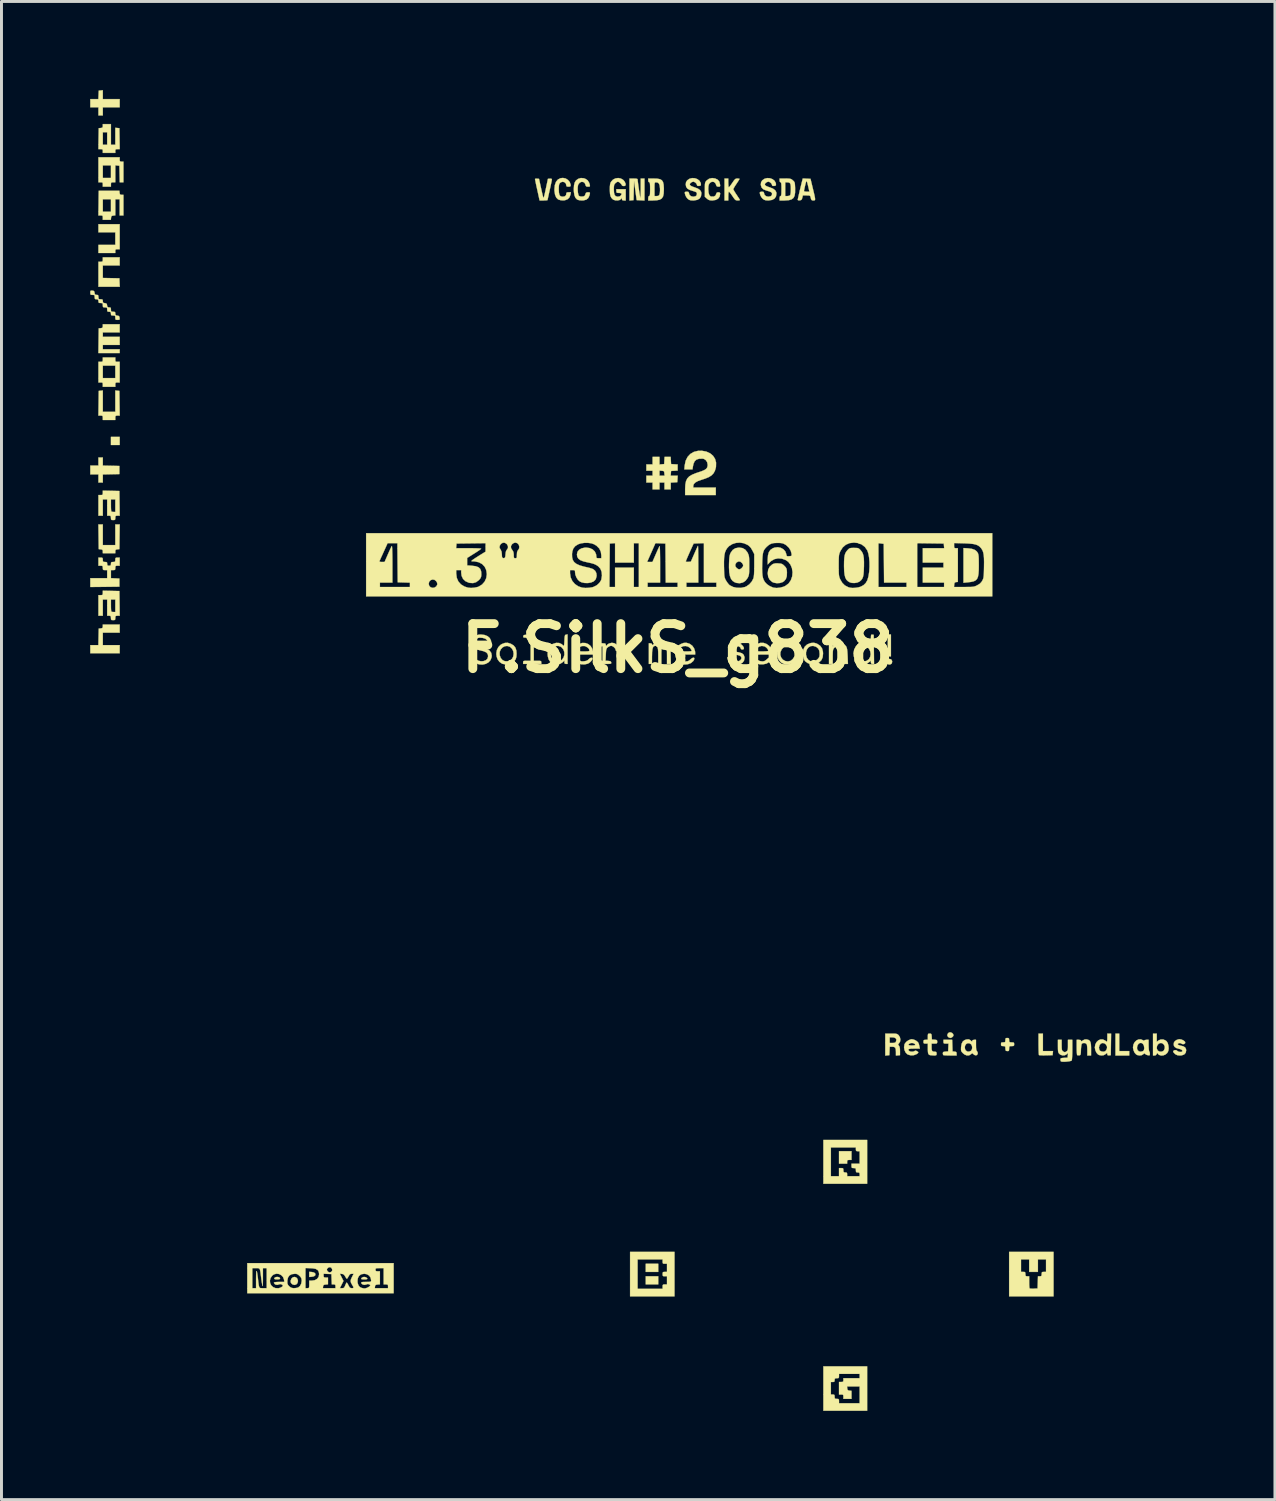
<source format=kicad_pcb>
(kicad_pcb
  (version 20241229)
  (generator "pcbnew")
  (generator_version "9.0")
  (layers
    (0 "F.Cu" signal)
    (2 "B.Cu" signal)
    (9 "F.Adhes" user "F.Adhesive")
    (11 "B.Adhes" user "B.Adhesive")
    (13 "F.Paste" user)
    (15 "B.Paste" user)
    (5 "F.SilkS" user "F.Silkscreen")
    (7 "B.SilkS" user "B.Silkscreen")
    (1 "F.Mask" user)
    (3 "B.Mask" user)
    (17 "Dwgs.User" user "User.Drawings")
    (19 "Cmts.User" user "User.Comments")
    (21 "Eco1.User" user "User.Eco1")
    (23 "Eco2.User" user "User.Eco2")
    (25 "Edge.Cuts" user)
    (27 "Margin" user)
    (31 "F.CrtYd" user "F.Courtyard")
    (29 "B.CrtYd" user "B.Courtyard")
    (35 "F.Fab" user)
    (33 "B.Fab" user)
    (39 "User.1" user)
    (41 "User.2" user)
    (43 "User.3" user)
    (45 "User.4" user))
  (footprint "F.SilkS_g838"
    (layer "F.Cu")
    (at 19.881 18.888)
    (property "Reference" "F.SilkS_g838" (at 0 0 0) (layer "F.SilkS") (effects (font (size 1.524 1.524) (thickness 0.3))))
    (attr through_hole)
    (fp_poly (pts (xy -18.881 -6.879) (xy -19.177 -6.879) (xy -19.177 -7.154) (xy -18.881 -7.154) (xy -18.881 -6.879)) (stroke (width 0.01) (type solid)) (fill yes) (layer "F.SilkS"))
    (fp_poly (pts (xy -0.656 21.103) (xy -1.079 21.103) (xy -1.079 20.828) (xy -0.656 20.828) (xy -0.656 21.103)) (stroke (width 0.01) (type solid)) (fill yes) (layer "F.SilkS"))
    (fp_poly (pts (xy -0.656 21.526) (xy -1.079 21.526) (xy -1.079 21.251) (xy -0.656 21.251) (xy -0.656 21.526)) (stroke (width 0.01) (type solid)) (fill yes) (layer "F.SilkS"))
    (fp_poly (pts (xy 7.218 0.275) (xy 7.112 0.275) (xy 7.112 -0.466) (xy 7.218 -0.466) (xy 7.218 0.275)) (stroke (width 0.01) (type solid)) (fill yes) (layer "F.SilkS"))
    (fp_poly (pts (xy 14.944 13.631) (xy 15.282 13.631) (xy 15.282 13.78) (xy 14.817 13.78) (xy 14.817 13.039) (xy 14.944 13.039) (xy 14.944 13.631)) (stroke (width 0.01) (type solid)) (fill yes) (layer "F.SilkS"))
    (fp_poly (pts (xy -12.379 21.107) (xy -12.306 21.123) (xy -12.264 21.156) (xy -12.257 21.201) (xy -12.268 21.225) (xy -12.309 21.254) (xy -12.379 21.268) (xy -12.467 21.275) (xy -12.467 21.101) (xy -12.379 21.107)) (stroke (width 0.01) (type solid)) (fill yes) (layer "F.SilkS"))
    (fp_poly (pts (xy 5.884 17.314) (xy 5.81 17.314) (xy 5.76 17.318) (xy 5.74 17.336) (xy 5.736 17.378) (xy 5.736 17.441) (xy 5.461 17.441) (xy 5.461 17.018) (xy 5.884 17.018) (xy 5.884 17.314)) (stroke (width 0.01) (type solid)) (fill yes) (layer "F.SilkS"))
    (fp_poly (pts (xy -13.486 21.284) (xy -13.465 21.301) (xy -13.451 21.331) (xy -13.472 21.349) (xy -13.53 21.357) (xy -13.561 21.357) (xy -13.624 21.352) (xy -13.651 21.336) (xy -13.652 21.328) (xy -13.634 21.296) (xy -13.591 21.277) (xy -13.536 21.273) (xy -13.486 21.284)) (stroke (width 0.01) (type solid)) (fill yes) (layer "F.SilkS"))
    (fp_poly (pts (xy -10.549 21.284) (xy -10.509 21.314) (xy -10.499 21.34) (xy -10.518 21.35) (xy -10.566 21.356) (xy -10.604 21.357) (xy -10.665 21.354) (xy -10.703 21.346) (xy -10.71 21.34) (xy -10.692 21.304) (xy -10.646 21.279) (xy -10.604 21.273) (xy -10.549 21.284)) (stroke (width 0.01) (type solid)) (fill yes) (layer "F.SilkS"))
    (fp_poly (pts (xy -19.452 -18.584) (xy -18.881 -18.584) (xy -18.881 -18.309) (xy -19.452 -18.309) (xy -19.452 -18.034) (xy -19.6 -18.034) (xy -19.6 -18.309) (xy -19.875 -18.309) (xy -19.875 -18.584) (xy -19.602 -18.584) (xy -19.59 -18.87) (xy -19.521 -18.877) (xy -19.452 -18.883) (xy -19.452 -18.584)) (stroke (width 0.01) (type solid)) (fill yes) (layer "F.SilkS"))
    (fp_poly (pts (xy -18.881 -13.504) (xy -18.955 -13.504) (xy -19.005 -13.501) (xy -19.025 -13.483) (xy -19.029 -13.441) (xy -19.029 -13.377) (xy -19.6 -13.377) (xy -19.6 -13.652) (xy -19.029 -13.652) (xy -19.029 -14.076) (xy -19.6 -14.076) (xy -19.6 -14.351) (xy -18.881 -14.351) (xy -18.881 -13.504)) (stroke (width 0.01) (type solid)) (fill yes) (layer "F.SilkS"))
    (fp_poly (pts (xy -19.452 -6.182) (xy -19.172 -6.176) (xy -18.891 -6.17) (xy -18.891 -5.895) (xy -19.172 -5.889) (xy -19.452 -5.883) (xy -19.452 -5.609) (xy -19.6 -5.609) (xy -19.6 -5.884) (xy -19.875 -5.884) (xy -19.875 -6.181) (xy -19.6 -6.181) (xy -19.6 -6.456) (xy -19.452 -6.456) (xy -19.452 -6.182)) (stroke (width 0.01) (type solid)) (fill yes) (layer "F.SilkS"))
    (fp_poly (pts (xy 9.285 13.015) (xy 9.323 13.054) (xy 9.335 13.099) (xy 9.317 13.137) (xy 9.277 13.171) (xy 9.231 13.187) (xy 9.229 13.187) (xy 9.182 13.173) (xy 9.156 13.154) (xy 9.127 13.113) (xy 9.13 13.07) (xy 9.145 13.037) (xy 9.183 13.002) (xy 9.234 12.996) (xy 9.285 13.015)) (stroke (width 0.01) (type solid)) (fill yes) (layer "F.SilkS"))
    (fp_poly (pts (xy -12.908 21.291) (xy -12.867 21.335) (xy -12.848 21.405) (xy -12.848 21.414) (xy -12.865 21.484) (xy -12.908 21.529) (xy -12.967 21.545) (xy -13.03 21.528) (xy -13.062 21.503) (xy -13.094 21.456) (xy -13.095 21.398) (xy -13.094 21.392) (xy -13.064 21.323) (xy -13.017 21.284) (xy -12.961 21.273) (xy -12.908 21.291)) (stroke (width 0.01) (type solid)) (fill yes) (layer "F.SilkS"))
    (fp_poly (pts (xy -18.881 -12.954) (xy -19.452 -12.954) (xy -19.452 -12.532) (xy -19.172 -12.526) (xy -18.891 -12.52) (xy -18.885 -12.377) (xy -18.879 -12.234) (xy -19.6 -12.234) (xy -19.6 -13.081) (xy -19.526 -13.081) (xy -19.477 -13.084) (xy -19.456 -13.103) (xy -19.452 -13.149) (xy -19.452 -13.155) (xy -19.452 -13.229) (xy -18.881 -13.229) (xy -18.881 -12.954)) (stroke (width 0.01) (type solid)) (fill yes) (layer "F.SilkS"))
    (fp_poly (pts (xy -18.881 -0.529) (xy -19.452 -0.529) (xy -19.452 -0.106) (xy -18.881 -0.106) (xy -18.881 0.169) (xy -19.875 0.169) (xy -19.875 -0.106) (xy -19.602 -0.106) (xy -19.596 -0.386) (xy -19.59 -0.667) (xy -19.521 -0.673) (xy -19.473 -0.683) (xy -19.455 -0.708) (xy -19.452 -0.742) (xy -19.452 -0.804) (xy -18.881 -0.804) (xy -18.881 -0.529)) (stroke (width 0.01) (type solid)) (fill yes) (layer "F.SilkS"))
    (fp_poly (pts (xy 7.213 0.371) (xy 7.235 0.385) (xy 7.256 0.426) (xy 7.26 0.455) (xy 7.249 0.504) (xy 7.235 0.525) (xy 7.194 0.546) (xy 7.165 0.55) (xy 7.116 0.539) (xy 7.095 0.525) (xy 7.074 0.484) (xy 7.07 0.455) (xy 7.081 0.407) (xy 7.095 0.385) (xy 7.136 0.364) (xy 7.165 0.36) (xy 7.213 0.371)) (stroke (width 0.01) (type solid)) (fill yes) (layer "F.SilkS"))
    (fp_poly (pts (xy 12.361 13.631) (xy 12.703 13.631) (xy 12.696 13.7) (xy 12.689 13.769) (xy 12.466 13.775) (xy 12.373 13.776) (xy 12.295 13.774) (xy 12.244 13.77) (xy 12.228 13.766) (xy 12.223 13.741) (xy 12.219 13.681) (xy 12.216 13.593) (xy 12.214 13.485) (xy 12.213 13.395) (xy 12.213 13.039) (xy 12.361 13.039) (xy 12.361 13.631)) (stroke (width 0.01) (type solid)) (fill yes) (layer "F.SilkS"))
    (fp_poly (pts (xy -18.881 -10.689) (xy -19.452 -10.689) (xy -19.452 -10.541) (xy -18.881 -10.541) (xy -18.881 -10.266) (xy -19.452 -10.266) (xy -19.452 -10.118) (xy -18.881 -10.118) (xy -18.881 -9.991) (xy -19.601 -9.991) (xy -19.59 -10.827) (xy -19.521 -10.833) (xy -19.473 -10.843) (xy -19.455 -10.868) (xy -19.452 -10.902) (xy -19.452 -10.964) (xy -18.881 -10.964) (xy -18.881 -10.689)) (stroke (width 0.01) (type solid)) (fill yes) (layer "F.SilkS"))
    (fp_poly (pts (xy -19.452 -3.493) (xy -19.029 -3.493) (xy -19.029 -4.191) (xy -18.88 -4.191) (xy -18.891 -3.355) (xy -18.96 -3.348) (xy -19.008 -3.339) (xy -19.026 -3.314) (xy -19.029 -3.279) (xy -19.029 -3.217) (xy -19.452 -3.217) (xy -19.452 -3.279) (xy -19.458 -3.323) (xy -19.483 -3.342) (xy -19.521 -3.348) (xy -19.59 -3.355) (xy -19.601 -4.191) (xy -19.452 -4.191) (xy -19.452 -3.493)) (stroke (width 0.01) (type solid)) (fill yes) (layer "F.SilkS"))
    (fp_poly (pts (xy 9.827 -3.382) (xy 9.959 -3.365) (xy 10.056 -3.33) (xy 10.125 -3.275) (xy 10.154 -3.233) (xy 10.169 -3.2) (xy 10.179 -3.159) (xy 10.186 -3.102) (xy 10.19 -3.022) (xy 10.191 -2.912) (xy 10.192 -2.815) (xy 10.19 -2.648) (xy 10.181 -2.517) (xy 10.163 -2.419) (xy 10.132 -2.348) (xy 10.085 -2.299) (xy 10.019 -2.266) (xy 9.93 -2.246) (xy 9.827 -2.233) (xy 9.673 -2.218) (xy 9.673 -3.392) (xy 9.827 -3.382)) (stroke (width 0.01) (type solid)) (fill yes) (layer "F.SilkS"))
    (fp_poly (pts (xy -18.96 -8.717) (xy -18.891 -8.71) (xy -18.886 -8.292) (xy -18.88 -7.874) (xy -18.954 -7.874) (xy -19.004 -7.871) (xy -19.025 -7.853) (xy -19.029 -7.806) (xy -19.029 -7.8) (xy -19.029 -7.726) (xy -19.452 -7.726) (xy -19.452 -7.8) (xy -19.455 -7.849) (xy -19.474 -7.87) (xy -19.52 -7.874) (xy -19.527 -7.874) (xy -19.601 -7.874) (xy -19.595 -8.292) (xy -19.59 -8.71) (xy -19.521 -8.717) (xy -19.452 -8.723) (xy -19.452 -8.001) (xy -19.029 -8.001) (xy -19.029 -8.723) (xy -18.96 -8.717)) (stroke (width 0.01) (type solid)) (fill yes) (layer "F.SilkS"))
    (fp_poly (pts (xy 9.297 13.446) (xy 9.303 13.642) (xy 9.372 13.649) (xy 9.419 13.658) (xy 9.438 13.683) (xy 9.44 13.717) (xy 9.44 13.78) (xy 9.222 13.78) (xy 9.129 13.778) (xy 9.053 13.775) (xy 9.003 13.77) (xy 8.989 13.765) (xy 8.978 13.735) (xy 8.975 13.703) (xy 8.981 13.672) (xy 9.006 13.656) (xy 9.062 13.649) (xy 9.065 13.648) (xy 9.155 13.642) (xy 9.161 13.51) (xy 9.167 13.377) (xy 9.082 13.377) (xy 9.027 13.375) (xy 9.002 13.362) (xy 8.996 13.329) (xy 8.996 13.314) (xy 8.996 13.25) (xy 9.291 13.25) (xy 9.297 13.446)) (stroke (width 0.01) (type solid)) (fill yes) (layer "F.SilkS"))
    (fp_poly (pts (xy -4.868 0.423) (xy -4.741 0.423) (xy -4.671 0.424) (xy -4.633 0.431) (xy -4.617 0.446) (xy -4.614 0.474) (xy -4.614 0.476) (xy -4.614 0.529) (xy -5.228 0.529) (xy -5.228 0.476) (xy -5.225 0.447) (xy -5.211 0.431) (xy -5.174 0.425) (xy -5.106 0.423) (xy -5.101 0.423) (xy -4.974 0.423) (xy -4.974 -0.36) (xy -5.103 -0.36) (xy -5.173 -0.361) (xy -5.211 -0.367) (xy -5.225 -0.381) (xy -5.224 -0.407) (xy -5.224 -0.407) (xy -5.218 -0.431) (xy -5.201 -0.446) (xy -5.165 -0.454) (xy -5.101 -0.459) (xy -5.043 -0.461) (xy -4.868 -0.467) (xy -4.868 0.423)) (stroke (width 0.01) (type solid)) (fill yes) (layer "F.SilkS"))
    (fp_poly (pts (xy 3.395 -2.874) (xy 3.403 -2.873) (xy 3.481 -2.867) (xy 3.532 -2.853) (xy 3.576 -2.824) (xy 3.614 -2.788) (xy 3.657 -2.742) (xy 3.681 -2.701) (xy 3.693 -2.65) (xy 3.699 -2.572) (xy 3.699 -2.567) (xy 3.694 -2.44) (xy 3.663 -2.344) (xy 3.604 -2.273) (xy 3.555 -2.24) (xy 3.462 -2.209) (xy 3.356 -2.202) (xy 3.255 -2.22) (xy 3.201 -2.244) (xy 3.116 -2.317) (xy 3.065 -2.415) (xy 3.048 -2.538) (xy 3.048 -2.54) (xy 3.065 -2.663) (xy 3.115 -2.761) (xy 3.2 -2.837) (xy 3.201 -2.838) (xy 3.253 -2.863) (xy 3.312 -2.874) (xy 3.395 -2.874)) (stroke (width 0.01) (type solid)) (fill yes) (layer "F.SilkS"))
    (fp_poly (pts (xy -1.409 -15.893) (xy -1.364 -15.883) (xy -1.354 -15.87) (xy -1.351 -15.827) (xy -1.342 -15.756) (xy -1.331 -15.667) (xy -1.317 -15.568) (xy -1.302 -15.468) (xy -1.287 -15.377) (xy -1.275 -15.304) (xy -1.266 -15.258) (xy -1.262 -15.246) (xy -1.257 -15.261) (xy -1.254 -15.312) (xy -1.251 -15.392) (xy -1.249 -15.494) (xy -1.249 -15.565) (xy -1.249 -15.896) (xy -1.122 -15.896) (xy -1.122 -15.153) (xy -1.254 -15.16) (xy -1.386 -15.166) (xy -1.431 -15.494) (xy -1.476 -15.822) (xy -1.484 -15.494) (xy -1.492 -15.166) (xy -1.561 -15.159) (xy -1.63 -15.153) (xy -1.63 -15.896) (xy -1.492 -15.896) (xy -1.409 -15.893)) (stroke (width 0.01) (type solid)) (fill yes) (layer "F.SilkS"))
    (fp_poly (pts (xy -18.885 -15.415) (xy -18.875 -15.367) (xy -18.85 -15.348) (xy -18.816 -15.346) (xy -18.754 -15.346) (xy -18.754 -14.647) (xy -18.881 -14.647) (xy -18.881 -15.198) (xy -19.029 -15.198) (xy -19.029 -14.65) (xy -19.098 -14.643) (xy -19.146 -14.633) (xy -19.167 -14.606) (xy -19.173 -14.568) (xy -19.18 -14.499) (xy -19.452 -14.499) (xy -19.452 -14.573) (xy -19.455 -14.623) (xy -19.474 -14.643) (xy -19.52 -14.647) (xy -19.527 -14.647) (xy -19.601 -14.647) (xy -19.595 -15.065) (xy -19.594 -15.198) (xy -19.452 -15.198) (xy -19.452 -14.774) (xy -19.177 -14.774) (xy -19.177 -15.198) (xy -19.452 -15.198) (xy -19.594 -15.198) (xy -19.59 -15.483) (xy -18.891 -15.483) (xy -18.885 -15.415)) (stroke (width 0.01) (type solid)) (fill yes) (layer "F.SilkS"))
    (fp_poly (pts (xy -19.177 -17.039) (xy -19.029 -17.039) (xy -19.029 -17.613) (xy -18.96 -17.607) (xy -18.891 -17.6) (xy -18.885 -17.246) (xy -18.88 -16.891) (xy -18.954 -16.891) (xy -19.004 -16.888) (xy -19.025 -16.87) (xy -19.029 -16.828) (xy -19.029 -16.764) (xy -19.452 -16.764) (xy -19.452 -16.828) (xy -19.456 -16.87) (xy -19.477 -16.888) (xy -19.527 -16.891) (xy -19.601 -16.891) (xy -19.596 -17.246) (xy -19.592 -17.462) (xy -19.452 -17.462) (xy -19.452 -17.039) (xy -19.304 -17.039) (xy -19.304 -17.462) (xy -19.452 -17.462) (xy -19.592 -17.462) (xy -19.59 -17.6) (xy -19.521 -17.607) (xy -19.473 -17.616) (xy -19.455 -17.641) (xy -19.452 -17.676) (xy -19.452 -17.738) (xy -19.177 -17.738) (xy -19.177 -17.039)) (stroke (width 0.01) (type solid)) (fill yes) (layer "F.SilkS"))
    (fp_poly (pts (xy -18.881 -16.542) (xy -18.877 -16.492) (xy -18.859 -16.472) (xy -18.817 -16.468) (xy -18.754 -16.468) (xy -18.754 -15.769) (xy -18.879 -15.769) (xy -18.885 -16.05) (xy -18.891 -16.33) (xy -18.96 -16.337) (xy -19.029 -16.343) (xy -19.029 -15.769) (xy -19.103 -15.769) (xy -19.153 -15.766) (xy -19.173 -15.747) (xy -19.177 -15.701) (xy -19.177 -15.695) (xy -19.177 -15.621) (xy -19.452 -15.621) (xy -19.452 -15.695) (xy -19.455 -15.745) (xy -19.474 -15.765) (xy -19.521 -15.769) (xy -19.526 -15.769) (xy -19.6 -15.769) (xy -19.6 -16.341) (xy -19.452 -16.341) (xy -19.452 -15.917) (xy -19.177 -15.917) (xy -19.177 -16.341) (xy -19.452 -16.341) (xy -19.6 -16.341) (xy -19.6 -16.616) (xy -18.881 -16.616) (xy -18.881 -16.542)) (stroke (width 0.01) (type solid)) (fill yes) (layer "F.SilkS"))
    (fp_poly (pts (xy -0.106 21.929) (xy -1.609 21.929) (xy -1.609 20.68) (xy -1.355 20.68) (xy -1.355 21.675) (xy -0.508 21.675) (xy -0.508 21.601) (xy -0.505 21.551) (xy -0.486 21.531) (xy -0.44 21.527) (xy -0.434 21.526) (xy -0.36 21.526) (xy -0.36 21.251) (xy -0.434 21.251) (xy -0.484 21.248) (xy -0.504 21.23) (xy -0.508 21.183) (xy -0.508 21.177) (xy -0.505 21.128) (xy -0.486 21.107) (xy -0.44 21.103) (xy -0.434 21.103) (xy -0.36 21.103) (xy -0.36 20.828) (xy -0.434 20.828) (xy -0.484 20.825) (xy -0.504 20.806) (xy -0.508 20.76) (xy -0.508 20.754) (xy -0.508 20.68) (xy -1.355 20.68) (xy -1.609 20.68) (xy -1.609 20.426) (xy -0.106 20.426) (xy -0.106 21.929)) (stroke (width 0.01) (type solid)) (fill yes) (layer "F.SilkS"))
    (fp_poly (pts (xy -19.029 -9.768) (xy -19.026 -9.719) (xy -19.007 -9.698) (xy -18.96 -9.694) (xy -18.955 -9.694) (xy -18.881 -9.694) (xy -18.881 -8.996) (xy -18.955 -8.996) (xy -19.004 -8.993) (xy -19.025 -8.974) (xy -19.029 -8.927) (xy -19.029 -8.922) (xy -19.029 -8.848) (xy -19.452 -8.848) (xy -19.452 -8.922) (xy -19.455 -8.971) (xy -19.474 -8.992) (xy -19.521 -8.996) (xy -19.526 -8.996) (xy -19.6 -8.996) (xy -19.6 -9.567) (xy -19.452 -9.567) (xy -19.452 -9.144) (xy -19.029 -9.144) (xy -19.029 -9.567) (xy -19.452 -9.567) (xy -19.6 -9.567) (xy -19.6 -9.694) (xy -19.526 -9.694) (xy -19.477 -9.698) (xy -19.456 -9.716) (xy -19.452 -9.763) (xy -19.452 -9.768) (xy -19.452 -9.842) (xy -19.029 -9.842) (xy -19.029 -9.768)) (stroke (width 0.01) (type solid)) (fill yes) (layer "F.SilkS"))
    (fp_poly (pts (xy 5.556 -0.174) (xy 5.638 -0.135) (xy 5.7 -0.068) (xy 5.702 -0.066) (xy 5.72 -0.025) (xy 5.734 0.028) (xy 5.743 0.102) (xy 5.75 0.205) (xy 5.753 0.267) (xy 5.763 0.529) (xy 5.63 0.529) (xy 5.63 0.274) (xy 5.63 0.166) (xy 5.628 0.092) (xy 5.622 0.042) (xy 5.611 0.009) (xy 5.594 -0.016) (xy 5.576 -0.035) (xy 5.533 -0.071) (xy 5.488 -0.082) (xy 5.433 -0.078) (xy 5.343 -0.049) (xy 5.297 -0.011) (xy 5.276 0.017) (xy 5.262 0.049) (xy 5.254 0.093) (xy 5.251 0.159) (xy 5.249 0.257) (xy 5.249 0.287) (xy 5.249 0.529) (xy 5.122 0.529) (xy 5.122 -0.172) (xy 5.181 -0.165) (xy 5.228 -0.148) (xy 5.246 -0.11) (xy 5.253 -0.061) (xy 5.302 -0.114) (xy 5.376 -0.165) (xy 5.464 -0.185) (xy 5.556 -0.174)) (stroke (width 0.01) (type solid)) (fill yes) (layer "F.SilkS"))
    (fp_poly (pts (xy 16.214 13.315) (xy 16.276 13.269) (xy 16.353 13.237) (xy 16.438 13.239) (xy 16.519 13.276) (xy 16.549 13.301) (xy 16.586 13.361) (xy 16.609 13.447) (xy 16.617 13.541) (xy 16.607 13.621) (xy 16.571 13.692) (xy 16.511 13.745) (xy 16.437 13.776) (xy 16.361 13.782) (xy 16.292 13.759) (xy 16.265 13.736) (xy 16.226 13.692) (xy 16.21 13.736) (xy 16.176 13.773) (xy 16.14 13.78) (xy 16.087 13.78) (xy 16.087 13.485) (xy 16.216 13.485) (xy 16.217 13.553) (xy 16.249 13.614) (xy 16.303 13.646) (xy 16.369 13.652) (xy 16.429 13.631) (xy 16.456 13.605) (xy 16.485 13.536) (xy 16.482 13.465) (xy 16.451 13.405) (xy 16.399 13.365) (xy 16.351 13.356) (xy 16.288 13.374) (xy 16.242 13.421) (xy 16.216 13.485) (xy 16.087 13.485) (xy 16.087 13.039) (xy 16.214 13.039) (xy 16.214 13.315)) (stroke (width 0.01) (type solid)) (fill yes) (layer "F.SilkS"))
    (fp_poly (pts (xy 6.049 -3.396) (xy 6.1 -3.39) (xy 6.136 -3.373) (xy 6.171 -3.341) (xy 6.192 -3.32) (xy 6.235 -3.265) (xy 6.267 -3.205) (xy 6.288 -3.132) (xy 6.301 -3.04) (xy 6.306 -2.921) (xy 6.305 -2.767) (xy 6.304 -2.753) (xy 6.299 -2.609) (xy 6.29 -2.5) (xy 6.274 -2.419) (xy 6.249 -2.358) (xy 6.213 -2.309) (xy 6.165 -2.266) (xy 6.156 -2.259) (xy 6.084 -2.225) (xy 5.991 -2.209) (xy 5.897 -2.212) (xy 5.831 -2.23) (xy 5.763 -2.27) (xy 5.711 -2.322) (xy 5.674 -2.393) (xy 5.65 -2.488) (xy 5.636 -2.613) (xy 5.631 -2.772) (xy 5.631 -2.794) (xy 5.633 -2.943) (xy 5.64 -3.058) (xy 5.653 -3.146) (xy 5.675 -3.215) (xy 5.708 -3.272) (xy 5.747 -3.32) (xy 5.786 -3.36) (xy 5.82 -3.383) (xy 5.862 -3.394) (xy 5.927 -3.397) (xy 5.969 -3.397) (xy 6.049 -3.396)) (stroke (width 0.01) (type solid)) (fill yes) (layer "F.SilkS"))
    (fp_poly (pts (xy -4.758 -15.892) (xy -4.691 -15.886) (xy -4.622 -15.572) (xy -4.598 -15.462) (xy -4.576 -15.367) (xy -4.558 -15.295) (xy -4.546 -15.254) (xy -4.543 -15.246) (xy -4.537 -15.245) (xy -4.529 -15.257) (xy -4.52 -15.287) (xy -4.506 -15.34) (xy -4.488 -15.421) (xy -4.463 -15.536) (xy -4.445 -15.621) (xy -4.389 -15.886) (xy -4.322 -15.892) (xy -4.271 -15.89) (xy -4.255 -15.87) (xy -4.255 -15.869) (xy -4.259 -15.839) (xy -4.271 -15.776) (xy -4.29 -15.687) (xy -4.313 -15.579) (xy -4.329 -15.509) (xy -4.354 -15.396) (xy -4.375 -15.299) (xy -4.391 -15.223) (xy -4.401 -15.177) (xy -4.403 -15.167) (xy -4.422 -15.161) (xy -4.472 -15.157) (xy -4.537 -15.155) (xy -4.671 -15.155) (xy -4.749 -15.51) (xy -4.775 -15.627) (xy -4.797 -15.73) (xy -4.813 -15.812) (xy -4.824 -15.865) (xy -4.826 -15.882) (xy -4.808 -15.892) (xy -4.763 -15.893) (xy -4.758 -15.892)) (stroke (width 0.01) (type solid)) (fill yes) (layer "F.SilkS"))
    (fp_poly (pts (xy 12.721 21.929) (xy 11.218 21.929) (xy 11.218 20.68) (xy 11.62 20.68) (xy 11.62 21.103) (xy 11.695 21.103) (xy 11.744 21.106) (xy 11.765 21.125) (xy 11.769 21.172) (xy 11.769 21.177) (xy 11.772 21.227) (xy 11.79 21.247) (xy 11.832 21.251) (xy 11.896 21.251) (xy 11.896 21.449) (xy 11.897 21.537) (xy 11.901 21.608) (xy 11.907 21.652) (xy 11.911 21.661) (xy 11.938 21.668) (xy 11.995 21.671) (xy 12.054 21.67) (xy 12.181 21.664) (xy 12.194 21.251) (xy 12.256 21.251) (xy 12.298 21.247) (xy 12.316 21.226) (xy 12.319 21.177) (xy 12.322 21.128) (xy 12.341 21.107) (xy 12.387 21.103) (xy 12.393 21.103) (xy 12.467 21.103) (xy 12.467 20.68) (xy 12.192 20.68) (xy 12.192 21.103) (xy 11.896 21.103) (xy 11.896 20.68) (xy 11.62 20.68) (xy 11.218 20.68) (xy 11.218 20.426) (xy 12.721 20.426) (xy 12.721 21.929)) (stroke (width 0.01) (type solid)) (fill yes) (layer "F.SilkS"))
    (fp_poly (pts (xy -19.172 -1.943) (xy -18.891 -1.937) (xy -18.88 -1.101) (xy -18.954 -1.101) (xy -19.004 -1.097) (xy -19.025 -1.079) (xy -19.029 -1.033) (xy -19.029 -1.027) (xy -19.032 -0.977) (xy -19.051 -0.957) (xy -19.097 -0.953) (xy -19.103 -0.953) (xy -19.153 -0.956) (xy -19.173 -0.974) (xy -19.177 -1.021) (xy -19.177 -1.027) (xy -19.181 -1.076) (xy -19.198 -1.097) (xy -19.241 -1.101) (xy -19.304 -1.101) (xy -19.304 -1.651) (xy -19.177 -1.651) (xy -19.177 -1.453) (xy -19.176 -1.366) (xy -19.172 -1.295) (xy -19.166 -1.251) (xy -19.163 -1.242) (xy -19.133 -1.231) (xy -19.089 -1.228) (xy -19.029 -1.228) (xy -19.029 -1.651) (xy -19.177 -1.651) (xy -19.304 -1.651) (xy -19.452 -1.651) (xy -19.452 -1.101) (xy -19.6 -1.101) (xy -19.6 -1.799) (xy -19.526 -1.799) (xy -19.477 -1.802) (xy -19.456 -1.821) (xy -19.452 -1.867) (xy -19.452 -1.874) (xy -19.452 -1.949) (xy -19.172 -1.943)) (stroke (width 0.01) (type solid)) (fill yes) (layer "F.SilkS"))
    (fp_poly (pts (xy 13.851 13.238) (xy 13.908 13.255) (xy 13.947 13.284) (xy 13.972 13.333) (xy 13.986 13.409) (xy 13.991 13.517) (xy 13.991 13.562) (xy 13.991 13.78) (xy 13.864 13.78) (xy 13.864 13.609) (xy 13.862 13.523) (xy 13.855 13.45) (xy 13.845 13.402) (xy 13.842 13.397) (xy 13.805 13.366) (xy 13.75 13.356) (xy 13.697 13.368) (xy 13.677 13.384) (xy 13.666 13.417) (xy 13.656 13.48) (xy 13.649 13.562) (xy 13.648 13.59) (xy 13.645 13.677) (xy 13.639 13.73) (xy 13.629 13.759) (xy 13.612 13.771) (xy 13.588 13.775) (xy 13.542 13.775) (xy 13.519 13.766) (xy 13.514 13.74) (xy 13.509 13.681) (xy 13.505 13.597) (xy 13.504 13.501) (xy 13.504 13.25) (xy 13.578 13.25) (xy 13.633 13.257) (xy 13.652 13.279) (xy 13.652 13.283) (xy 13.659 13.3) (xy 13.683 13.291) (xy 13.714 13.269) (xy 13.773 13.238) (xy 13.836 13.235) (xy 13.851 13.238)) (stroke (width 0.01) (type solid)) (fill yes) (layer "F.SilkS"))
    (fp_poly (pts (xy -19.172 -5.329) (xy -18.891 -5.323) (xy -18.886 -4.905) (xy -18.88 -4.487) (xy -18.954 -4.487) (xy -19.004 -4.484) (xy -19.025 -4.466) (xy -19.029 -4.42) (xy -19.029 -4.413) (xy -19.032 -4.364) (xy -19.051 -4.343) (xy -19.097 -4.339) (xy -19.103 -4.339) (xy -19.153 -4.342) (xy -19.173 -4.361) (xy -19.177 -4.408) (xy -19.177 -4.413) (xy -19.181 -4.463) (xy -19.198 -4.483) (xy -19.241 -4.487) (xy -19.304 -4.487) (xy -19.304 -5.038) (xy -19.177 -5.038) (xy -19.177 -4.84) (xy -19.176 -4.752) (xy -19.172 -4.682) (xy -19.166 -4.637) (xy -19.163 -4.628) (xy -19.133 -4.618) (xy -19.089 -4.614) (xy -19.029 -4.614) (xy -19.029 -5.038) (xy -19.177 -5.038) (xy -19.304 -5.038) (xy -19.452 -5.038) (xy -19.452 -4.487) (xy -19.6 -4.487) (xy -19.6 -5.186) (xy -19.526 -5.186) (xy -19.477 -5.189) (xy -19.456 -5.207) (xy -19.452 -5.254) (xy -19.452 -5.261) (xy -19.452 -5.335) (xy -19.172 -5.329)) (stroke (width 0.01) (type solid)) (fill yes) (layer "F.SilkS"))
    (fp_poly (pts (xy 7.32 13.039) (xy 7.382 13.043) (xy 7.423 13.053) (xy 7.453 13.07) (xy 7.48 13.094) (xy 7.521 13.16) (xy 7.538 13.238) (xy 7.527 13.312) (xy 7.493 13.367) (xy 7.464 13.397) (xy 7.467 13.421) (xy 7.488 13.446) (xy 7.51 13.486) (xy 7.522 13.547) (xy 7.525 13.628) (xy 7.525 13.769) (xy 7.456 13.776) (xy 7.387 13.782) (xy 7.387 13.658) (xy 7.382 13.571) (xy 7.364 13.518) (xy 7.326 13.491) (xy 7.263 13.483) (xy 7.257 13.483) (xy 7.177 13.483) (xy 7.171 13.626) (xy 7.165 13.769) (xy 7.096 13.776) (xy 7.027 13.782) (xy 7.027 13.166) (xy 7.176 13.166) (xy 7.176 13.356) (xy 7.271 13.356) (xy 7.334 13.352) (xy 7.369 13.337) (xy 7.39 13.306) (xy 7.403 13.242) (xy 7.379 13.196) (xy 7.321 13.17) (xy 7.27 13.166) (xy 7.176 13.166) (xy 7.027 13.166) (xy 7.027 13.039) (xy 7.226 13.039) (xy 7.32 13.039)) (stroke (width 0.01) (type solid)) (fill yes) (layer "F.SilkS"))
    (fp_poly (pts (xy -0.614 -6.22) (xy -0.534 -6.227) (xy -0.455 -6.234) (xy -0.449 -6.355) (xy -0.442 -6.477) (xy -0.235 -6.477) (xy -0.229 -6.355) (xy -0.222 -6.234) (xy -0.111 -6.227) (xy 0 -6.221) (xy 0 -6.014) (xy -0.111 -6.007) (xy -0.222 -6.001) (xy -0.229 -5.921) (xy -0.235 -5.842) (xy 0.002 -5.842) (xy -0.004 -5.731) (xy -0.011 -5.62) (xy -0.233 -5.607) (xy -0.233 -5.376) (xy -0.445 -5.376) (xy -0.445 -5.609) (xy -0.614 -5.609) (xy -0.614 -5.376) (xy -0.847 -5.376) (xy -0.847 -5.609) (xy -1.058 -5.609) (xy -1.058 -5.842) (xy -0.847 -5.842) (xy -0.614 -5.842) (xy -0.442 -5.842) (xy -0.449 -5.921) (xy -0.456 -5.974) (xy -0.477 -5.998) (xy -0.524 -6.006) (xy -0.534 -6.007) (xy -0.614 -6.014) (xy -0.614 -5.842) (xy -0.847 -5.842) (xy -0.847 -6.011) (xy -1.058 -6.011) (xy -1.058 -6.223) (xy -0.847 -6.223) (xy -0.847 -6.477) (xy -0.614 -6.477) (xy -0.614 -6.22)) (stroke (width 0.01) (type solid)) (fill yes) (layer "F.SilkS"))
    (fp_poly (pts (xy 11.197 13.191) (xy 11.215 13.212) (xy 11.218 13.261) (xy 11.221 13.308) (xy 11.237 13.329) (xy 11.278 13.335) (xy 11.303 13.335) (xy 11.357 13.338) (xy 11.381 13.351) (xy 11.388 13.385) (xy 11.388 13.399) (xy 11.384 13.439) (xy 11.366 13.457) (xy 11.321 13.462) (xy 11.303 13.462) (xy 11.249 13.464) (xy 11.225 13.478) (xy 11.219 13.517) (xy 11.218 13.547) (xy 11.215 13.601) (xy 11.202 13.626) (xy 11.17 13.631) (xy 11.169 13.631) (xy 11.124 13.626) (xy 11.105 13.617) (xy 11.096 13.588) (xy 11.091 13.537) (xy 11.091 13.533) (xy 11.088 13.485) (xy 11.069 13.466) (xy 11.021 13.462) (xy 11.017 13.462) (xy 10.967 13.458) (xy 10.947 13.441) (xy 10.943 13.399) (xy 10.947 13.356) (xy 10.968 13.338) (xy 11.017 13.335) (xy 11.067 13.332) (xy 11.087 13.313) (xy 11.091 13.267) (xy 11.091 13.261) (xy 11.095 13.211) (xy 11.113 13.191) (xy 11.155 13.187) (xy 11.197 13.191)) (stroke (width 0.01) (type solid)) (fill yes) (layer "F.SilkS"))
    (fp_poly (pts (xy 4.685 -0.168) (xy 4.728 -0.149) (xy 4.825 -0.084) (xy 4.887 0.002) (xy 4.917 0.114) (xy 4.921 0.18) (xy 4.908 0.304) (xy 4.866 0.4) (xy 4.792 0.473) (xy 4.742 0.503) (xy 4.626 0.543) (xy 4.514 0.543) (xy 4.403 0.502) (xy 4.317 0.44) (xy 4.263 0.357) (xy 4.237 0.249) (xy 4.235 0.219) (xy 4.345 0.219) (xy 4.371 0.318) (xy 4.423 0.391) (xy 4.494 0.435) (xy 4.576 0.447) (xy 4.661 0.425) (xy 4.733 0.373) (xy 4.776 0.324) (xy 4.798 0.279) (xy 4.804 0.219) (xy 4.805 0.187) (xy 4.794 0.084) (xy 4.759 0.011) (xy 4.695 -0.044) (xy 4.678 -0.053) (xy 4.585 -0.081) (xy 4.5 -0.072) (xy 4.428 -0.03) (xy 4.375 0.04) (xy 4.346 0.134) (xy 4.345 0.219) (xy 4.235 0.219) (xy 4.233 0.178) (xy 4.25 0.05) (xy 4.3 -0.053) (xy 4.381 -0.129) (xy 4.49 -0.174) (xy 4.533 -0.182) (xy 4.613 -0.186) (xy 4.685 -0.168)) (stroke (width 0.01) (type solid)) (fill yes) (layer "F.SilkS"))
    (fp_poly (pts (xy -5.643 -0.152) (xy -5.639 -0.15) (xy -5.549 -0.095) (xy -5.49 -0.022) (xy -5.458 0.075) (xy -5.45 0.184) (xy -5.457 0.292) (xy -5.481 0.372) (xy -5.528 0.438) (xy -5.594 0.494) (xy -5.663 0.526) (xy -5.754 0.543) (xy -5.85 0.542) (xy -5.932 0.524) (xy -5.94 0.521) (xy -6.029 0.459) (xy -6.092 0.374) (xy -6.127 0.273) (xy -6.131 0.216) (xy -6.024 0.216) (xy -6.022 0.232) (xy -5.985 0.331) (xy -5.924 0.401) (xy -5.843 0.438) (xy -5.75 0.439) (xy -5.67 0.411) (xy -5.603 0.355) (xy -5.563 0.277) (xy -5.55 0.187) (xy -5.563 0.097) (xy -5.604 0.015) (xy -5.67 -0.047) (xy -5.681 -0.053) (xy -5.767 -0.079) (xy -5.851 -0.069) (xy -5.926 -0.028) (xy -5.985 0.037) (xy -6.02 0.12) (xy -6.024 0.216) (xy -6.131 0.216) (xy -6.135 0.165) (xy -6.116 0.058) (xy -6.068 -0.038) (xy -5.994 -0.115) (xy -5.949 -0.143) (xy -5.844 -0.182) (xy -5.747 -0.185) (xy -5.643 -0.152)) (stroke (width 0.01) (type solid)) (fill yes) (layer "F.SilkS"))
    (fp_poly (pts (xy 6.413 18.119) (xy 4.932 18.119) (xy 4.932 16.891) (xy 5.186 16.891) (xy 5.186 17.865) (xy 5.461 17.865) (xy 5.461 17.59) (xy 5.535 17.59) (xy 5.585 17.593) (xy 5.605 17.611) (xy 5.609 17.658) (xy 5.609 17.664) (xy 5.613 17.713) (xy 5.631 17.734) (xy 5.673 17.738) (xy 5.718 17.743) (xy 5.734 17.768) (xy 5.736 17.801) (xy 5.736 17.865) (xy 6.16 17.865) (xy 6.16 17.801) (xy 6.154 17.756) (xy 6.13 17.74) (xy 6.096 17.738) (xy 6.053 17.734) (xy 6.036 17.713) (xy 6.032 17.664) (xy 6.029 17.614) (xy 6.011 17.594) (xy 5.964 17.59) (xy 5.958 17.59) (xy 5.909 17.586) (xy 5.888 17.568) (xy 5.884 17.521) (xy 5.884 17.515) (xy 5.884 17.441) (xy 6.16 17.441) (xy 6.16 17.018) (xy 6.096 17.018) (xy 6.051 17.013) (xy 6.034 16.988) (xy 6.032 16.954) (xy 6.032 16.891) (xy 5.186 16.891) (xy 4.932 16.891) (xy 4.932 16.637) (xy 6.413 16.637) (xy 6.413 18.119)) (stroke (width 0.01) (type solid)) (fill yes) (layer "F.SilkS"))
    (fp_poly (pts (xy 3.798 -0.18) (xy 3.899 -0.137) (xy 3.962 -0.085) (xy 4.007 -0.031) (xy 4.036 0.022) (xy 4.045 0.063) (xy 4.03 0.084) (xy 4.023 0.085) (xy 3.988 0.092) (xy 3.97 0.098) (xy 3.942 0.096) (xy 3.937 0.078) (xy 3.918 0.023) (xy 3.869 -0.028) (xy 3.803 -0.065) (xy 3.757 -0.076) (xy 3.662 -0.072) (xy 3.583 -0.032) (xy 3.52 0.04) (xy 3.479 0.133) (xy 3.475 0.226) (xy 3.504 0.312) (xy 3.56 0.383) (xy 3.641 0.43) (xy 3.73 0.445) (xy 3.821 0.425) (xy 3.893 0.368) (xy 3.926 0.318) (xy 3.958 0.275) (xy 3.994 0.268) (xy 4 0.269) (xy 4.036 0.292) (xy 4.038 0.336) (xy 4.007 0.403) (xy 4.006 0.405) (xy 3.942 0.475) (xy 3.85 0.522) (xy 3.742 0.544) (xy 3.629 0.538) (xy 3.59 0.528) (xy 3.497 0.479) (xy 3.425 0.399) (xy 3.38 0.293) (xy 3.365 0.18) (xy 3.383 0.061) (xy 3.432 -0.038) (xy 3.504 -0.114) (xy 3.594 -0.166) (xy 3.695 -0.189) (xy 3.798 -0.18)) (stroke (width 0.01) (type solid)) (fill yes) (layer "F.SilkS"))
    (fp_poly (pts (xy -3.79 -15.899) (xy -3.71 -15.848) (xy -3.65 -15.776) (xy -3.621 -15.689) (xy -3.619 -15.665) (xy -3.627 -15.635) (xy -3.657 -15.623) (xy -3.694 -15.621) (xy -3.744 -15.625) (xy -3.764 -15.643) (xy -3.768 -15.671) (xy -3.785 -15.732) (xy -3.829 -15.772) (xy -3.888 -15.787) (xy -3.949 -15.771) (xy -3.979 -15.748) (xy -4.001 -15.72) (xy -4.014 -15.681) (xy -4.02 -15.622) (xy -4.022 -15.53) (xy -4.022 -15.529) (xy -4.017 -15.421) (xy -4.002 -15.348) (xy -3.972 -15.305) (xy -3.925 -15.286) (xy -3.881 -15.282) (xy -3.812 -15.296) (xy -3.775 -15.338) (xy -3.768 -15.382) (xy -3.762 -15.414) (xy -3.735 -15.428) (xy -3.691 -15.431) (xy -3.614 -15.431) (xy -3.627 -15.351) (xy -3.66 -15.26) (xy -3.724 -15.196) (xy -3.816 -15.161) (xy -3.879 -15.156) (xy -3.968 -15.165) (xy -4.038 -15.187) (xy -4.048 -15.192) (xy -4.109 -15.254) (xy -4.149 -15.351) (xy -4.168 -15.479) (xy -4.169 -15.531) (xy -4.156 -15.674) (xy -4.116 -15.785) (xy -4.052 -15.863) (xy -3.965 -15.907) (xy -3.883 -15.917) (xy -3.79 -15.899)) (stroke (width 0.01) (type solid)) (fill yes) (layer "F.SilkS"))
    (fp_poly (pts (xy 8.567 13.042) (xy 8.586 13.058) (xy 8.595 13.099) (xy 8.598 13.139) (xy 8.604 13.24) (xy 8.694 13.246) (xy 8.751 13.253) (xy 8.777 13.268) (xy 8.784 13.299) (xy 8.784 13.315) (xy 8.781 13.353) (xy 8.765 13.372) (xy 8.724 13.377) (xy 8.689 13.377) (xy 8.594 13.377) (xy 8.594 13.502) (xy 8.597 13.581) (xy 8.613 13.626) (xy 8.648 13.647) (xy 8.708 13.652) (xy 8.712 13.652) (xy 8.748 13.66) (xy 8.762 13.69) (xy 8.763 13.716) (xy 8.761 13.754) (xy 8.746 13.773) (xy 8.708 13.778) (xy 8.662 13.778) (xy 8.596 13.774) (xy 8.544 13.768) (xy 8.53 13.764) (xy 8.5 13.747) (xy 8.481 13.717) (xy 8.471 13.667) (xy 8.467 13.586) (xy 8.467 13.541) (xy 8.467 13.377) (xy 8.393 13.377) (xy 8.343 13.374) (xy 8.322 13.356) (xy 8.319 13.314) (xy 8.323 13.271) (xy 8.344 13.254) (xy 8.393 13.25) (xy 8.467 13.25) (xy 8.467 13.145) (xy 8.468 13.082) (xy 8.477 13.051) (xy 8.499 13.04) (xy 8.529 13.039) (xy 8.567 13.042)) (stroke (width 0.01) (type solid)) (fill yes) (layer "F.SilkS"))
    (fp_poly (pts (xy 12.996 13.43) (xy 12.997 13.518) (xy 13.002 13.574) (xy 13.012 13.608) (xy 13.03 13.63) (xy 13.049 13.644) (xy 13.091 13.666) (xy 13.123 13.663) (xy 13.155 13.644) (xy 13.181 13.624) (xy 13.197 13.599) (xy 13.205 13.559) (xy 13.208 13.494) (xy 13.208 13.43) (xy 13.208 13.25) (xy 13.356 13.25) (xy 13.356 13.584) (xy 13.355 13.7) (xy 13.351 13.803) (xy 13.346 13.884) (xy 13.34 13.936) (xy 13.336 13.949) (xy 13.306 13.964) (xy 13.248 13.977) (xy 13.173 13.986) (xy 13.095 13.992) (xy 13.026 13.991) (xy 12.98 13.984) (xy 12.97 13.979) (xy 12.957 13.947) (xy 12.954 13.915) (xy 12.958 13.887) (xy 12.977 13.872) (xy 13.02 13.864) (xy 13.076 13.86) (xy 13.197 13.854) (xy 13.211 13.692) (xy 13.167 13.736) (xy 13.103 13.773) (xy 13.026 13.778) (xy 12.952 13.752) (xy 12.921 13.728) (xy 12.897 13.701) (xy 12.882 13.671) (xy 12.874 13.629) (xy 12.87 13.564) (xy 12.869 13.467) (xy 12.869 13.463) (xy 12.869 13.25) (xy 12.996 13.25) (xy 12.996 13.43)) (stroke (width 0.01) (type solid)) (fill yes) (layer "F.SilkS"))
    (fp_poly (pts (xy 14.658 13.769) (xy 14.6 13.776) (xy 14.557 13.774) (xy 14.542 13.751) (xy 14.541 13.739) (xy 14.537 13.703) (xy 14.52 13.7) (xy 14.484 13.731) (xy 14.478 13.737) (xy 14.419 13.77) (xy 14.342 13.779) (xy 14.265 13.765) (xy 14.226 13.745) (xy 14.174 13.687) (xy 14.135 13.604) (xy 14.119 13.518) (xy 14.258 13.518) (xy 14.272 13.59) (xy 14.298 13.623) (xy 14.354 13.646) (xy 14.419 13.651) (xy 14.47 13.636) (xy 14.509 13.59) (xy 14.531 13.528) (xy 14.53 13.477) (xy 14.492 13.405) (xy 14.438 13.366) (xy 14.378 13.357) (xy 14.322 13.378) (xy 14.279 13.428) (xy 14.258 13.503) (xy 14.258 13.518) (xy 14.119 13.518) (xy 14.118 13.514) (xy 14.118 13.503) (xy 14.134 13.406) (xy 14.176 13.327) (xy 14.237 13.268) (xy 14.31 13.236) (xy 14.387 13.235) (xy 14.462 13.271) (xy 14.463 13.271) (xy 14.503 13.301) (xy 14.528 13.314) (xy 14.529 13.314) (xy 14.535 13.295) (xy 14.54 13.244) (xy 14.541 13.176) (xy 14.541 13.039) (xy 14.669 13.039) (xy 14.658 13.769)) (stroke (width 0.01) (type solid)) (fill yes) (layer "F.SilkS"))
    (fp_poly (pts (xy 17.053 13.241) (xy 17.118 13.271) (xy 17.165 13.31) (xy 17.175 13.327) (xy 17.173 13.365) (xy 17.143 13.39) (xy 17.099 13.398) (xy 17.055 13.383) (xy 17.046 13.376) (xy 17.009 13.36) (xy 16.965 13.362) (xy 16.93 13.38) (xy 16.923 13.398) (xy 16.943 13.423) (xy 17.003 13.443) (xy 17.015 13.445) (xy 17.112 13.469) (xy 17.173 13.506) (xy 17.203 13.56) (xy 17.209 13.609) (xy 17.192 13.69) (xy 17.141 13.746) (xy 17.059 13.775) (xy 16.996 13.78) (xy 16.916 13.772) (xy 16.855 13.745) (xy 16.829 13.725) (xy 16.779 13.673) (xy 16.768 13.635) (xy 16.797 13.608) (xy 16.821 13.6) (xy 16.874 13.598) (xy 16.906 13.623) (xy 16.943 13.647) (xy 16.997 13.659) (xy 17.05 13.658) (xy 17.074 13.646) (xy 17.081 13.616) (xy 17.055 13.586) (xy 17.003 13.563) (xy 16.986 13.559) (xy 16.882 13.53) (xy 16.817 13.488) (xy 16.788 13.431) (xy 16.792 13.355) (xy 16.794 13.346) (xy 16.826 13.295) (xy 16.886 13.254) (xy 16.959 13.231) (xy 16.986 13.229) (xy 17.053 13.241)) (stroke (width 0.01) (type solid)) (fill yes) (layer "F.SilkS"))
    (fp_poly (pts (xy 1.269 -15.899) (xy 1.355 -15.858) (xy 1.409 -15.795) (xy 1.433 -15.707) (xy 1.439 -15.653) (xy 1.431 -15.628) (xy 1.402 -15.621) (xy 1.38 -15.621) (xy 1.332 -15.628) (xy 1.309 -15.658) (xy 1.302 -15.685) (xy 1.27 -15.75) (xy 1.218 -15.784) (xy 1.157 -15.786) (xy 1.097 -15.752) (xy 1.081 -15.735) (xy 1.055 -15.691) (xy 1.042 -15.634) (xy 1.037 -15.551) (xy 1.037 -15.539) (xy 1.046 -15.42) (xy 1.07 -15.339) (xy 1.112 -15.295) (xy 1.14 -15.286) (xy 1.224 -15.287) (xy 1.279 -15.319) (xy 1.302 -15.367) (xy 1.319 -15.413) (xy 1.353 -15.429) (xy 1.378 -15.431) (xy 1.422 -15.424) (xy 1.438 -15.399) (xy 1.439 -15.379) (xy 1.422 -15.285) (xy 1.37 -15.215) (xy 1.287 -15.172) (xy 1.174 -15.155) (xy 1.166 -15.155) (xy 1.091 -15.161) (xy 1.037 -15.181) (xy 0.99 -15.217) (xy 0.921 -15.279) (xy 0.921 -15.523) (xy 0.921 -15.628) (xy 0.923 -15.699) (xy 0.93 -15.747) (xy 0.942 -15.78) (xy 0.961 -15.807) (xy 0.983 -15.831) (xy 1.068 -15.891) (xy 1.168 -15.913) (xy 1.269 -15.899)) (stroke (width 0.01) (type solid)) (fill yes) (layer "F.SilkS"))
    (fp_poly (pts (xy -0.689 -15.892) (xy -0.597 -15.874) (xy -0.534 -15.839) (xy -0.495 -15.78) (xy -0.474 -15.692) (xy -0.466 -15.569) (xy -0.466 -15.519) (xy -0.472 -15.387) (xy -0.493 -15.29) (xy -0.536 -15.223) (xy -0.604 -15.182) (xy -0.703 -15.161) (xy -0.835 -15.155) (xy -0.995 -15.155) (xy -0.995 -15.229) (xy -0.988 -15.284) (xy -0.966 -15.303) (xy -0.963 -15.303) (xy -0.949 -15.31) (xy -0.94 -15.335) (xy -0.934 -15.383) (xy -0.932 -15.464) (xy -0.931 -15.536) (xy -0.783 -15.536) (xy -0.783 -15.303) (xy -0.709 -15.303) (xy -0.654 -15.31) (xy -0.624 -15.335) (xy -0.612 -15.362) (xy -0.601 -15.413) (xy -0.596 -15.489) (xy -0.597 -15.565) (xy -0.609 -15.663) (xy -0.633 -15.726) (xy -0.674 -15.76) (xy -0.734 -15.769) (xy -0.756 -15.768) (xy -0.77 -15.758) (xy -0.778 -15.733) (xy -0.782 -15.685) (xy -0.783 -15.607) (xy -0.783 -15.536) (xy -0.931 -15.536) (xy -0.932 -15.641) (xy -0.936 -15.709) (xy -0.942 -15.749) (xy -0.953 -15.766) (xy -0.963 -15.769) (xy -0.988 -15.788) (xy -0.995 -15.833) (xy -0.995 -15.896) (xy -0.814 -15.896) (xy -0.689 -15.892)) (stroke (width 0.01) (type solid)) (fill yes) (layer "F.SilkS"))
    (fp_poly (pts (xy 1.714 -15.748) (xy 1.717 -15.675) (xy 1.723 -15.622) (xy 1.732 -15.6) (xy 1.733 -15.6) (xy 1.752 -15.616) (xy 1.787 -15.66) (xy 1.832 -15.723) (xy 1.849 -15.748) (xy 1.899 -15.821) (xy 1.935 -15.865) (xy 1.966 -15.888) (xy 1.999 -15.895) (xy 2.022 -15.896) (xy 2.071 -15.893) (xy 2.095 -15.886) (xy 2.095 -15.885) (xy 2.084 -15.863) (xy 2.055 -15.815) (xy 2.012 -15.75) (xy 1.99 -15.716) (xy 1.942 -15.644) (xy 1.906 -15.583) (xy 1.886 -15.544) (xy 1.884 -15.536) (xy 1.895 -15.509) (xy 1.925 -15.457) (xy 1.967 -15.389) (xy 1.986 -15.361) (xy 2.034 -15.288) (xy 2.074 -15.228) (xy 2.099 -15.189) (xy 2.104 -15.182) (xy 2.102 -15.164) (xy 2.066 -15.156) (xy 2.036 -15.155) (xy 1.994 -15.157) (xy 1.963 -15.168) (xy 1.932 -15.195) (xy 1.894 -15.246) (xy 1.855 -15.303) (xy 1.808 -15.371) (xy 1.767 -15.423) (xy 1.74 -15.45) (xy 1.735 -15.452) (xy 1.725 -15.432) (xy 1.717 -15.38) (xy 1.715 -15.305) (xy 1.714 -15.303) (xy 1.714 -15.155) (xy 1.587 -15.155) (xy 1.587 -15.896) (xy 1.714 -15.896) (xy 1.714 -15.748)) (stroke (width 0.01) (type solid)) (fill yes) (layer "F.SilkS"))
    (fp_poly (pts (xy 3.732 -15.895) (xy 3.793 -15.891) (xy 3.835 -15.88) (xy 3.869 -15.861) (xy 3.9 -15.834) (xy 3.931 -15.805) (xy 3.952 -15.777) (xy 3.964 -15.74) (xy 3.97 -15.685) (xy 3.975 -15.602) (xy 3.976 -15.562) (xy 3.975 -15.42) (xy 3.958 -15.314) (xy 3.92 -15.24) (xy 3.858 -15.192) (xy 3.766 -15.165) (xy 3.642 -15.156) (xy 3.61 -15.155) (xy 3.45 -15.155) (xy 3.45 -15.229) (xy 3.457 -15.284) (xy 3.479 -15.303) (xy 3.482 -15.303) (xy 3.496 -15.31) (xy 3.505 -15.335) (xy 3.511 -15.383) (xy 3.513 -15.464) (xy 3.514 -15.536) (xy 3.513 -15.641) (xy 3.509 -15.709) (xy 3.503 -15.749) (xy 3.492 -15.766) (xy 3.482 -15.769) (xy 3.641 -15.769) (xy 3.641 -15.303) (xy 3.711 -15.303) (xy 3.767 -15.311) (xy 3.805 -15.328) (xy 3.806 -15.329) (xy 3.819 -15.365) (xy 3.828 -15.437) (xy 3.831 -15.54) (xy 3.829 -15.641) (xy 3.818 -15.708) (xy 3.795 -15.747) (xy 3.755 -15.765) (xy 3.695 -15.769) (xy 3.641 -15.769) (xy 3.482 -15.769) (xy 3.457 -15.788) (xy 3.45 -15.833) (xy 3.45 -15.896) (xy 3.64 -15.896) (xy 3.732 -15.895)) (stroke (width 0.01) (type solid)) (fill yes) (layer "F.SilkS"))
    (fp_poly (pts (xy 7.996 13.243) (xy 8.07 13.279) (xy 8.129 13.326) (xy 8.146 13.35) (xy 8.164 13.397) (xy 8.18 13.46) (xy 8.181 13.468) (xy 8.196 13.547) (xy 8.003 13.547) (xy 7.901 13.549) (xy 7.837 13.558) (xy 7.809 13.574) (xy 7.813 13.599) (xy 7.836 13.627) (xy 7.879 13.647) (xy 7.94 13.651) (xy 7.996 13.641) (xy 8.018 13.628) (xy 8.047 13.614) (xy 8.09 13.628) (xy 8.096 13.631) (xy 8.138 13.66) (xy 8.143 13.686) (xy 8.111 13.718) (xy 8.08 13.737) (xy 7.987 13.772) (xy 7.884 13.775) (xy 7.789 13.746) (xy 7.776 13.739) (xy 7.715 13.679) (xy 7.676 13.594) (xy 7.662 13.499) (xy 7.675 13.424) (xy 7.811 13.424) (xy 7.83 13.433) (xy 7.879 13.439) (xy 7.927 13.441) (xy 7.991 13.438) (xy 8.033 13.431) (xy 8.043 13.424) (xy 8.024 13.388) (xy 7.976 13.363) (xy 7.927 13.356) (xy 7.865 13.367) (xy 7.822 13.395) (xy 7.811 13.424) (xy 7.675 13.424) (xy 7.678 13.405) (xy 7.689 13.378) (xy 7.738 13.317) (xy 7.811 13.265) (xy 7.889 13.234) (xy 7.925 13.229) (xy 7.996 13.243)) (stroke (width 0.01) (type solid)) (fill yes) (layer "F.SilkS"))
    (fp_poly (pts (xy -3.177 -15.906) (xy -3.123 -15.887) (xy -3.044 -15.835) (xy -2.993 -15.752) (xy -2.974 -15.69) (xy -2.967 -15.644) (xy -2.98 -15.625) (xy -3.024 -15.621) (xy -3.033 -15.621) (xy -3.084 -15.626) (xy -3.108 -15.648) (xy -3.119 -15.685) (xy -3.147 -15.747) (xy -3.195 -15.78) (xy -3.252 -15.784) (xy -3.308 -15.76) (xy -3.354 -15.709) (xy -3.372 -15.663) (xy -3.381 -15.595) (xy -3.382 -15.511) (xy -3.375 -15.426) (xy -3.361 -15.355) (xy -3.343 -15.312) (xy -3.296 -15.289) (xy -3.23 -15.287) (xy -3.173 -15.295) (xy -3.142 -15.315) (xy -3.124 -15.359) (xy -3.123 -15.362) (xy -3.103 -15.41) (xy -3.071 -15.428) (xy -3.033 -15.431) (xy -2.989 -15.429) (xy -2.969 -15.417) (xy -2.969 -15.384) (xy -2.985 -15.321) (xy -2.985 -15.32) (xy -3.024 -15.236) (xy -3.088 -15.183) (xy -3.181 -15.158) (xy -3.237 -15.155) (xy -3.334 -15.163) (xy -3.401 -15.187) (xy -3.405 -15.19) (xy -3.458 -15.245) (xy -3.492 -15.328) (xy -3.51 -15.442) (xy -3.514 -15.541) (xy -3.506 -15.669) (xy -3.482 -15.763) (xy -3.439 -15.832) (xy -3.373 -15.881) (xy -3.367 -15.885) (xy -3.274 -15.914) (xy -3.177 -15.906)) (stroke (width 0.01) (type solid)) (fill yes) (layer "F.SilkS"))
    (fp_poly (pts (xy 0.972 -6.656) (xy 1.099 -6.598) (xy 1.198 -6.515) (xy 1.267 -6.409) (xy 1.301 -6.284) (xy 1.298 -6.146) (xy 1.293 -6.114) (xy 1.262 -6.008) (xy 1.216 -5.923) (xy 1.151 -5.854) (xy 1.059 -5.795) (xy 0.935 -5.743) (xy 0.818 -5.705) (xy 0.689 -5.66) (xy 0.601 -5.612) (xy 0.548 -5.559) (xy 0.529 -5.5) (xy 0.529 -5.494) (xy 0.529 -5.44) (xy 1.291 -5.44) (xy 1.291 -5.186) (xy 0.254 -5.186) (xy 0.254 -5.392) (xy 0.261 -5.538) (xy 0.283 -5.653) (xy 0.325 -5.743) (xy 0.392 -5.815) (xy 0.49 -5.874) (xy 0.622 -5.928) (xy 0.695 -5.952) (xy 0.82 -5.994) (xy 0.909 -6.033) (xy 0.967 -6.073) (xy 1 -6.118) (xy 1.014 -6.173) (xy 1.016 -6.209) (xy 1 -6.295) (xy 0.955 -6.365) (xy 0.891 -6.408) (xy 0.849 -6.417) (xy 0.728 -6.414) (xy 0.64 -6.387) (xy 0.578 -6.332) (xy 0.537 -6.244) (xy 0.518 -6.154) (xy 0.503 -6.054) (xy 0.227 -6.054) (xy 0.239 -6.19) (xy 0.272 -6.346) (xy 0.337 -6.476) (xy 0.431 -6.577) (xy 0.55 -6.646) (xy 0.693 -6.682) (xy 0.82 -6.684) (xy 0.972 -6.656)) (stroke (width 0.01) (type solid)) (fill yes) (layer "F.SilkS"))
    (fp_poly (pts (xy 9.894 13.253) (xy 9.917 13.272) (xy 9.953 13.302) (xy 9.967 13.302) (xy 9.97 13.286) (xy 9.984 13.259) (xy 10.031 13.25) (xy 10.033 13.25) (xy 10.097 13.25) (xy 10.097 13.428) (xy 10.099 13.524) (xy 10.106 13.586) (xy 10.12 13.622) (xy 10.129 13.632) (xy 10.152 13.673) (xy 10.156 13.714) (xy 10.135 13.76) (xy 10.093 13.776) (xy 10.041 13.761) (xy 10.013 13.738) (xy 9.981 13.709) (xy 9.958 13.709) (xy 9.927 13.737) (xy 9.861 13.776) (xy 9.785 13.778) (xy 9.705 13.744) (xy 9.658 13.705) (xy 9.618 13.663) (xy 9.597 13.627) (xy 9.589 13.584) (xy 9.591 13.517) (xy 9.592 13.498) (xy 9.716 13.498) (xy 9.727 13.565) (xy 9.748 13.605) (xy 9.798 13.644) (xy 9.861 13.65) (xy 9.923 13.624) (xy 9.931 13.617) (xy 9.962 13.564) (xy 9.968 13.494) (xy 9.948 13.427) (xy 9.927 13.399) (xy 9.87 13.363) (xy 9.815 13.363) (xy 9.766 13.39) (xy 9.732 13.437) (xy 9.716 13.498) (xy 9.592 13.498) (xy 9.592 13.493) (xy 9.611 13.382) (xy 9.651 13.304) (xy 9.717 13.256) (xy 9.786 13.236) (xy 9.848 13.233) (xy 9.894 13.253)) (stroke (width 0.01) (type solid)) (fill yes) (layer "F.SilkS"))
    (fp_poly (pts (xy 15.743 13.262) (xy 15.777 13.279) (xy 15.79 13.273) (xy 15.809 13.258) (xy 15.855 13.251) (xy 15.864 13.25) (xy 15.938 13.25) (xy 15.938 13.44) (xy 15.941 13.525) (xy 15.947 13.594) (xy 15.955 13.635) (xy 15.96 13.642) (xy 15.975 13.67) (xy 15.981 13.72) (xy 15.978 13.763) (xy 15.959 13.777) (xy 15.913 13.771) (xy 15.912 13.771) (xy 15.857 13.753) (xy 15.82 13.727) (xy 15.82 13.726) (xy 15.799 13.708) (xy 15.775 13.721) (xy 15.758 13.737) (xy 15.704 13.77) (xy 15.631 13.779) (xy 15.556 13.765) (xy 15.518 13.745) (xy 15.465 13.687) (xy 15.427 13.604) (xy 15.413 13.53) (xy 15.544 13.53) (xy 15.563 13.595) (xy 15.608 13.638) (xy 15.671 13.653) (xy 15.746 13.632) (xy 15.749 13.631) (xy 15.778 13.601) (xy 15.79 13.546) (xy 15.79 13.521) (xy 15.777 13.44) (xy 15.742 13.384) (xy 15.693 13.355) (xy 15.64 13.357) (xy 15.591 13.392) (xy 15.558 13.449) (xy 15.544 13.53) (xy 15.413 13.53) (xy 15.41 13.514) (xy 15.409 13.503) (xy 15.425 13.408) (xy 15.467 13.328) (xy 15.528 13.269) (xy 15.601 13.236) (xy 15.678 13.234) (xy 15.743 13.262)) (stroke (width 0.01) (type solid)) (fill yes) (layer "F.SilkS"))
    (fp_poly (pts (xy -3.725 0.529) (xy -3.778 0.529) (xy -3.818 0.521) (xy -3.831 0.489) (xy -3.831 0.472) (xy -3.831 0.415) (xy -3.894 0.475) (xy -3.973 0.525) (xy -4.071 0.546) (xy -4.172 0.537) (xy -4.229 0.516) (xy -4.311 0.458) (xy -4.365 0.377) (xy -4.394 0.268) (xy -4.399 0.209) (xy -4.398 0.178) (xy -4.295 0.178) (xy -4.283 0.273) (xy -4.265 0.317) (xy -4.205 0.394) (xy -4.127 0.437) (xy -4.04 0.445) (xy -3.954 0.415) (xy -3.913 0.385) (xy -3.859 0.311) (xy -3.833 0.221) (xy -3.836 0.127) (xy -3.866 0.04) (xy -3.923 -0.029) (xy -3.957 -0.053) (xy -4.041 -0.081) (xy -4.119 -0.074) (xy -4.173 -0.052) (xy -4.237 0.004) (xy -4.278 0.084) (xy -4.295 0.178) (xy -4.398 0.178) (xy -4.393 0.076) (xy -4.356 -0.029) (xy -4.287 -0.108) (xy -4.223 -0.148) (xy -4.112 -0.183) (xy -4.01 -0.18) (xy -3.92 -0.139) (xy -3.872 -0.093) (xy -3.858 -0.081) (xy -3.848 -0.088) (xy -3.841 -0.12) (xy -3.835 -0.185) (xy -3.831 -0.256) (xy -3.826 -0.349) (xy -3.819 -0.408) (xy -3.81 -0.441) (xy -3.795 -0.456) (xy -3.773 -0.462) (xy -3.725 -0.469) (xy -3.725 0.529)) (stroke (width 0.01) (type solid)) (fill yes) (layer "F.SilkS"))
    (fp_poly (pts (xy 2.197 -3.391) (xy 2.288 -3.339) (xy 2.359 -3.25) (xy 2.374 -3.222) (xy 2.393 -3.179) (xy 2.407 -3.137) (xy 2.416 -3.086) (xy 2.421 -3.019) (xy 2.423 -2.926) (xy 2.423 -2.804) (xy 2.423 -2.68) (xy 2.421 -2.589) (xy 2.416 -2.524) (xy 2.408 -2.475) (xy 2.395 -2.434) (xy 2.375 -2.392) (xy 2.371 -2.383) (xy 2.3 -2.288) (xy 2.208 -2.226) (xy 2.101 -2.201) (xy 1.986 -2.213) (xy 1.935 -2.232) (xy 1.863 -2.277) (xy 1.808 -2.347) (xy 1.77 -2.443) (xy 1.747 -2.571) (xy 1.738 -2.733) (xy 1.739 -2.838) (xy 1.952 -2.838) (xy 1.955 -2.774) (xy 1.998 -2.715) (xy 2.003 -2.711) (xy 2.062 -2.675) (xy 2.11 -2.674) (xy 2.16 -2.709) (xy 2.171 -2.719) (xy 2.212 -2.772) (xy 2.218 -2.819) (xy 2.187 -2.875) (xy 2.179 -2.886) (xy 2.121 -2.932) (xy 2.057 -2.938) (xy 1.994 -2.904) (xy 1.99 -2.9) (xy 1.952 -2.838) (xy 1.739 -2.838) (xy 1.74 -2.876) (xy 1.745 -2.995) (xy 1.752 -3.082) (xy 1.763 -3.145) (xy 1.778 -3.195) (xy 1.796 -3.234) (xy 1.864 -3.328) (xy 1.954 -3.386) (xy 2.066 -3.407) (xy 2.082 -3.408) (xy 2.197 -3.391)) (stroke (width 0.01) (type solid)) (fill yes) (layer "F.SilkS"))
    (fp_poly (pts (xy 4.366 -15.892) (xy 4.497 -15.886) (xy 4.576 -15.557) (xy 4.609 -15.42) (xy 4.633 -15.317) (xy 4.647 -15.246) (xy 4.652 -15.199) (xy 4.648 -15.172) (xy 4.635 -15.159) (xy 4.613 -15.156) (xy 4.593 -15.155) (xy 4.552 -15.158) (xy 4.528 -15.175) (xy 4.512 -15.214) (xy 4.499 -15.266) (xy 4.489 -15.299) (xy 4.47 -15.316) (xy 4.431 -15.323) (xy 4.362 -15.325) (xy 4.238 -15.325) (xy 4.219 -15.245) (xy 4.202 -15.192) (xy 4.174 -15.168) (xy 4.132 -15.159) (xy 4.086 -15.16) (xy 4.064 -15.172) (xy 4.064 -15.174) (xy 4.069 -15.201) (xy 4.081 -15.26) (xy 4.1 -15.343) (xy 4.123 -15.442) (xy 4.129 -15.47) (xy 4.276 -15.47) (xy 4.295 -15.459) (xy 4.342 -15.452) (xy 4.367 -15.452) (xy 4.459 -15.452) (xy 4.416 -15.642) (xy 4.396 -15.723) (xy 4.378 -15.783) (xy 4.364 -15.815) (xy 4.359 -15.817) (xy 4.349 -15.791) (xy 4.333 -15.736) (xy 4.315 -15.665) (xy 4.298 -15.59) (xy 4.284 -15.524) (xy 4.276 -15.478) (xy 4.276 -15.47) (xy 4.129 -15.47) (xy 4.147 -15.546) (xy 4.172 -15.648) (xy 4.194 -15.739) (xy 4.212 -15.81) (xy 4.214 -15.818) (xy 4.235 -15.898) (xy 4.366 -15.892)) (stroke (width 0.01) (type solid)) (fill yes) (layer "F.SilkS"))
    (fp_poly (pts (xy -0.674 -0.183) (xy -0.612 -0.145) (xy -0.609 -0.141) (xy -0.566 -0.092) (xy -0.517 -0.141) (xy -0.451 -0.183) (xy -0.379 -0.183) (xy -0.305 -0.142) (xy -0.303 -0.139) (xy -0.28 -0.119) (xy -0.263 -0.097) (xy -0.252 -0.068) (xy -0.245 -0.023) (xy -0.241 0.045) (xy -0.238 0.143) (xy -0.236 0.22) (xy -0.229 0.529) (xy -0.36 0.529) (xy -0.36 0.248) (xy -0.361 0.121) (xy -0.366 0.03) (xy -0.376 -0.029) (xy -0.392 -0.065) (xy -0.416 -0.081) (xy -0.445 -0.085) (xy -0.486 -0.07) (xy -0.515 -0.046) (xy -0.53 -0.022) (xy -0.541 0.016) (xy -0.547 0.074) (xy -0.55 0.161) (xy -0.55 0.261) (xy -0.55 0.529) (xy -0.656 0.529) (xy -0.656 0.256) (xy -0.658 0.124) (xy -0.665 0.03) (xy -0.679 -0.032) (xy -0.701 -0.068) (xy -0.733 -0.082) (xy -0.769 -0.081) (xy -0.808 -0.065) (xy -0.835 -0.029) (xy -0.853 0.034) (xy -0.864 0.128) (xy -0.867 0.258) (xy -0.868 0.28) (xy -0.868 0.529) (xy -0.974 0.529) (xy -0.974 -0.169) (xy -0.921 -0.169) (xy -0.878 -0.158) (xy -0.868 -0.138) (xy -0.862 -0.11) (xy -0.842 -0.114) (xy -0.804 -0.148) (xy -0.742 -0.185) (xy -0.674 -0.183)) (stroke (width 0.01) (type solid)) (fill yes) (layer "F.SilkS"))
    (fp_poly (pts (xy 6.413 25.802) (xy 4.932 25.802) (xy 4.932 24.828) (xy 5.186 24.828) (xy 5.186 25.252) (xy 5.249 25.252) (xy 5.292 25.256) (xy 5.309 25.277) (xy 5.313 25.326) (xy 5.316 25.376) (xy 5.335 25.396) (xy 5.381 25.4) (xy 5.387 25.4) (xy 5.437 25.403) (xy 5.457 25.422) (xy 5.461 25.468) (xy 5.461 25.474) (xy 5.461 25.548) (xy 6.16 25.548) (xy 6.16 24.977) (xy 5.733 24.977) (xy 5.74 25.045) (xy 5.75 25.094) (xy 5.778 25.115) (xy 5.816 25.121) (xy 5.884 25.128) (xy 5.884 25.4) (xy 5.609 25.4) (xy 5.609 25.326) (xy 5.606 25.276) (xy 5.587 25.256) (xy 5.541 25.252) (xy 5.535 25.252) (xy 5.461 25.252) (xy 5.461 24.828) (xy 5.535 24.828) (xy 5.585 24.825) (xy 5.605 24.807) (xy 5.609 24.765) (xy 5.609 24.701) (xy 6.16 24.701) (xy 6.16 24.553) (xy 5.461 24.553) (xy 5.461 24.627) (xy 5.458 24.677) (xy 5.439 24.697) (xy 5.393 24.701) (xy 5.387 24.701) (xy 5.337 24.705) (xy 5.317 24.723) (xy 5.313 24.765) (xy 5.308 24.81) (xy 5.283 24.827) (xy 5.249 24.828) (xy 5.186 24.828) (xy 4.932 24.828) (xy 4.932 24.299) (xy 6.413 24.299) (xy 6.413 25.802)) (stroke (width 0.01) (type solid)) (fill yes) (layer "F.SilkS"))
    (fp_poly (pts (xy -19.477 -3.066) (xy -19.456 -3.047) (xy -19.452 -3.001) (xy -19.452 -2.995) (xy -19.449 -2.945) (xy -19.43 -2.925) (xy -19.384 -2.921) (xy -19.378 -2.921) (xy -19.328 -2.917) (xy -19.308 -2.9) (xy -19.304 -2.857) (xy -19.299 -2.813) (xy -19.274 -2.796) (xy -19.241 -2.794) (xy -19.196 -2.799) (xy -19.179 -2.824) (xy -19.177 -2.857) (xy -19.173 -2.9) (xy -19.152 -2.918) (xy -19.103 -2.921) (xy -19.053 -2.924) (xy -19.033 -2.943) (xy -19.029 -2.989) (xy -19.029 -2.995) (xy -19.026 -3.045) (xy -19.007 -3.065) (xy -18.96 -3.069) (xy -18.955 -3.069) (xy -18.881 -3.069) (xy -18.881 -2.794) (xy -18.955 -2.794) (xy -19.004 -2.791) (xy -19.025 -2.772) (xy -19.029 -2.726) (xy -19.029 -2.72) (xy -19.032 -2.67) (xy -19.051 -2.65) (xy -19.097 -2.646) (xy -19.103 -2.646) (xy -19.177 -2.646) (xy -19.177 -2.373) (xy -18.891 -2.36) (xy -18.891 -2.085) (xy -19.383 -2.079) (xy -19.875 -2.074) (xy -19.875 -2.371) (xy -19.304 -2.371) (xy -19.304 -2.646) (xy -19.378 -2.646) (xy -19.428 -2.649) (xy -19.448 -2.668) (xy -19.452 -2.714) (xy -19.452 -2.72) (xy -19.455 -2.77) (xy -19.474 -2.79) (xy -19.521 -2.794) (xy -19.526 -2.794) (xy -19.6 -2.794) (xy -19.6 -3.069) (xy -19.526 -3.069) (xy -19.477 -3.066)) (stroke (width 0.01) (type solid)) (fill yes) (layer "F.SilkS"))
    (fp_poly (pts (xy -3.124 -0.179) (xy -3.026 -0.143) (xy -2.945 -0.077) (xy -2.888 0.017) (xy -2.863 0.114) (xy -2.852 0.212) (xy -3.434 0.212) (xy -3.42 0.27) (xy -3.396 0.322) (xy -3.352 0.377) (xy -3.341 0.389) (xy -3.295 0.425) (xy -3.253 0.441) (xy -3.194 0.441) (xy -3.168 0.439) (xy -3.09 0.425) (xy -3.037 0.397) (xy -3.013 0.373) (xy -2.97 0.336) (xy -2.925 0.319) (xy -2.89 0.323) (xy -2.879 0.346) (xy -2.895 0.393) (xy -2.938 0.447) (xy -2.995 0.496) (xy -3.04 0.521) (xy -3.146 0.546) (xy -3.259 0.542) (xy -3.335 0.521) (xy -3.429 0.458) (xy -3.494 0.367) (xy -3.528 0.251) (xy -3.53 0.116) (xy -3.529 0.113) (xy -3.522 0.083) (xy -3.408 0.083) (xy -3.387 0.095) (xy -3.327 0.102) (xy -3.23 0.106) (xy -3.196 0.106) (xy -3.099 0.105) (xy -3.037 0.102) (xy -3.003 0.095) (xy -2.988 0.084) (xy -2.985 0.067) (xy -3.003 0.017) (xy -3.051 -0.03) (xy -3.117 -0.066) (xy -3.158 -0.077) (xy -3.238 -0.075) (xy -3.313 -0.046) (xy -3.372 0.001) (xy -3.405 0.059) (xy -3.408 0.083) (xy -3.522 0.083) (xy -3.503 0.009) (xy -3.446 -0.073) (xy -3.353 -0.139) (xy -3.343 -0.144) (xy -3.232 -0.181) (xy -3.124 -0.179)) (stroke (width 0.01) (type solid)) (fill yes) (layer "F.SilkS"))
    (fp_poly (pts (xy 0.398 -0.155) (xy 0.415 -0.147) (xy 0.497 -0.086) (xy 0.558 0.003) (xy 0.59 0.105) (xy 0.593 0.144) (xy 0.593 0.212) (xy 0.042 0.212) (xy 0.042 0.266) (xy 0.059 0.321) (xy 0.101 0.379) (xy 0.104 0.383) (xy 0.155 0.424) (xy 0.209 0.442) (xy 0.265 0.445) (xy 0.336 0.439) (xy 0.387 0.416) (xy 0.427 0.381) (xy 0.487 0.333) (xy 0.534 0.316) (xy 0.562 0.327) (xy 0.565 0.362) (xy 0.538 0.418) (xy 0.526 0.434) (xy 0.449 0.5) (xy 0.349 0.539) (xy 0.239 0.549) (xy 0.132 0.527) (xy 0.116 0.521) (xy 0.026 0.46) (xy -0.037 0.375) (xy -0.072 0.275) (xy -0.081 0.167) (xy -0.065 0.076) (xy 0.043 0.076) (xy 0.064 0.093) (xy 0.114 0.102) (xy 0.199 0.105) (xy 0.264 0.106) (xy 0.363 0.105) (xy 0.426 0.103) (xy 0.461 0.097) (xy 0.474 0.087) (xy 0.473 0.071) (xy 0.472 0.069) (xy 0.427 -0.005) (xy 0.357 -0.055) (xy 0.275 -0.077) (xy 0.191 -0.072) (xy 0.115 -0.036) (xy 0.073 0.008) (xy 0.048 0.048) (xy 0.043 0.076) (xy -0.065 0.076) (xy -0.062 0.061) (xy -0.016 -0.036) (xy 0.058 -0.114) (xy 0.105 -0.143) (xy 0.207 -0.182) (xy 0.3 -0.186) (xy 0.398 -0.155)) (stroke (width 0.01) (type solid)) (fill yes) (layer "F.SilkS"))
    (fp_poly (pts (xy 6.588 -0.462) (xy 6.636 -0.455) (xy 6.641 0.037) (xy 6.647 0.529) (xy 6.594 0.529) (xy 6.554 0.521) (xy 6.541 0.489) (xy 6.54 0.473) (xy 6.54 0.416) (xy 6.493 0.459) (xy 6.394 0.526) (xy 6.289 0.55) (xy 6.18 0.533) (xy 6.149 0.521) (xy 6.06 0.46) (xy 5.997 0.373) (xy 5.96 0.269) (xy 5.953 0.167) (xy 6.072 0.167) (xy 6.08 0.26) (xy 6.113 0.344) (xy 6.168 0.406) (xy 6.183 0.415) (xy 6.272 0.442) (xy 6.367 0.433) (xy 6.402 0.42) (xy 6.473 0.367) (xy 6.516 0.29) (xy 6.532 0.201) (xy 6.52 0.108) (xy 6.478 0.021) (xy 6.429 -0.033) (xy 6.35 -0.075) (xy 6.264 -0.079) (xy 6.182 -0.044) (xy 6.133 -0.001) (xy 6.089 0.076) (xy 6.072 0.167) (xy 5.953 0.167) (xy 5.952 0.156) (xy 5.974 0.043) (xy 6.028 -0.061) (xy 6.045 -0.084) (xy 6.122 -0.145) (xy 6.215 -0.179) (xy 6.314 -0.184) (xy 6.407 -0.159) (xy 6.47 -0.115) (xy 6.507 -0.08) (xy 6.53 -0.064) (xy 6.531 -0.064) (xy 6.535 -0.083) (xy 6.538 -0.136) (xy 6.54 -0.213) (xy 6.54 -0.266) (xy 6.541 -0.36) (xy 6.543 -0.418) (xy 6.55 -0.45) (xy 6.562 -0.462) (xy 6.582 -0.463) (xy 6.588 -0.462)) (stroke (width 0.01) (type solid)) (fill yes) (layer "F.SilkS"))
    (fp_poly (pts (xy -2.14 -0.172) (xy -2.065 -0.126) (xy -2.014 -0.053) (xy -1.997 0.005) (xy -1.992 0.055) (xy -2.005 0.079) (xy -2.04 0.089) (xy -2.081 0.091) (xy -2.095 0.069) (xy -2.095 0.06) (xy -2.113 0.009) (xy -2.157 -0.04) (xy -2.212 -0.075) (xy -2.252 -0.085) (xy -2.304 -0.071) (xy -2.359 -0.038) (xy -2.363 -0.035) (xy -2.39 -0.008) (xy -2.408 0.021) (xy -2.419 0.062) (xy -2.425 0.126) (xy -2.43 0.218) (xy -2.439 0.421) (xy -2.347 0.427) (xy -2.287 0.435) (xy -2.258 0.452) (xy -2.247 0.482) (xy -2.246 0.503) (xy -2.254 0.516) (xy -2.279 0.524) (xy -2.327 0.528) (xy -2.407 0.529) (xy -2.464 0.529) (xy -2.688 0.529) (xy -2.688 0.476) (xy -2.683 0.44) (xy -2.658 0.426) (xy -2.614 0.423) (xy -2.54 0.423) (xy -2.54 -0.064) (xy -2.614 -0.064) (xy -2.664 -0.067) (xy -2.685 -0.085) (xy -2.688 -0.116) (xy -2.685 -0.146) (xy -2.671 -0.162) (xy -2.634 -0.168) (xy -2.566 -0.169) (xy -2.561 -0.169) (xy -2.49 -0.168) (xy -2.452 -0.161) (xy -2.437 -0.146) (xy -2.434 -0.127) (xy -2.425 -0.093) (xy -2.413 -0.085) (xy -2.393 -0.101) (xy -2.392 -0.106) (xy -2.375 -0.128) (xy -2.332 -0.156) (xy -2.32 -0.162) (xy -2.227 -0.186) (xy -2.14 -0.172)) (stroke (width 0.01) (type solid)) (fill yes) (layer "F.SilkS"))
    (fp_poly (pts (xy 2.046 -0.181) (xy 2.109 -0.159) (xy 2.165 -0.122) (xy 2.209 -0.076) (xy 2.237 -0.031) (xy 2.243 0.009) (xy 2.225 0.036) (xy 2.191 0.042) (xy 2.149 0.032) (xy 2.138 0.012) (xy 2.119 -0.031) (xy 2.072 -0.062) (xy 2.008 -0.08) (xy 1.94 -0.081) (xy 1.88 -0.064) (xy 1.854 -0.044) (xy 1.824 0.008) (xy 1.837 0.053) (xy 1.891 0.09) (xy 1.986 0.121) (xy 2.077 0.138) (xy 2.174 0.167) (xy 2.236 0.221) (xy 2.263 0.299) (xy 2.265 0.326) (xy 2.246 0.42) (xy 2.193 0.491) (xy 2.124 0.53) (xy 2.035 0.548) (xy 1.932 0.545) (xy 1.84 0.522) (xy 1.824 0.515) (xy 1.743 0.455) (xy 1.692 0.368) (xy 1.684 0.346) (xy 1.683 0.307) (xy 1.716 0.285) (xy 1.718 0.285) (xy 1.761 0.282) (xy 1.775 0.299) (xy 1.796 0.332) (xy 1.834 0.377) (xy 1.843 0.386) (xy 1.906 0.427) (xy 1.978 0.444) (xy 2.05 0.439) (xy 2.111 0.413) (xy 2.15 0.368) (xy 2.159 0.328) (xy 2.146 0.282) (xy 2.104 0.25) (xy 2.027 0.227) (xy 1.975 0.219) (xy 1.859 0.192) (xy 1.775 0.147) (xy 1.726 0.087) (xy 1.712 0.017) (xy 1.738 -0.06) (xy 1.769 -0.103) (xy 1.845 -0.163) (xy 1.944 -0.187) (xy 2.046 -0.181)) (stroke (width 0.01) (type solid)) (fill yes) (layer "F.SilkS"))
    (fp_poly (pts (xy -1.922 -15.897) (xy -1.842 -15.851) (xy -1.793 -15.792) (xy -1.76 -15.719) (xy -1.76 -15.669) (xy -1.794 -15.645) (xy -1.82 -15.642) (xy -1.865 -15.649) (xy -1.884 -15.664) (xy -1.884 -15.664) (xy -1.9 -15.698) (xy -1.938 -15.739) (xy -1.983 -15.775) (xy -2.02 -15.79) (xy -2.021 -15.79) (xy -2.058 -15.776) (xy -2.103 -15.742) (xy -2.107 -15.738) (xy -2.135 -15.706) (xy -2.15 -15.668) (xy -2.157 -15.614) (xy -2.159 -15.531) (xy -2.153 -15.421) (xy -2.135 -15.346) (xy -2.1 -15.302) (xy -2.047 -15.284) (xy -2.021 -15.282) (xy -1.953 -15.296) (xy -1.918 -15.328) (xy -1.896 -15.372) (xy -1.908 -15.397) (xy -1.956 -15.408) (xy -1.991 -15.409) (xy -2.045 -15.412) (xy -2.068 -15.426) (xy -2.074 -15.461) (xy -2.074 -15.473) (xy -2.074 -15.536) (xy -1.757 -15.536) (xy -1.757 -15.155) (xy -1.82 -15.155) (xy -1.866 -15.161) (xy -1.883 -15.186) (xy -1.884 -15.202) (xy -1.884 -15.249) (xy -1.917 -15.202) (xy -1.962 -15.17) (xy -2.031 -15.155) (xy -2.107 -15.158) (xy -2.174 -15.18) (xy -2.194 -15.193) (xy -2.24 -15.24) (xy -2.27 -15.298) (xy -2.288 -15.375) (xy -2.294 -15.482) (xy -2.295 -15.526) (xy -2.293 -15.629) (xy -2.285 -15.701) (xy -2.27 -15.753) (xy -2.254 -15.785) (xy -2.19 -15.857) (xy -2.106 -15.9) (xy -2.013 -15.914) (xy -1.922 -15.897)) (stroke (width 0.01) (type solid)) (fill yes) (layer "F.SilkS"))
    (fp_poly (pts (xy 3.125 -15.906) (xy 3.209 -15.876) (xy 3.277 -15.824) (xy 3.319 -15.752) (xy 3.327 -15.716) (xy 3.327 -15.672) (xy 3.307 -15.653) (xy 3.265 -15.646) (xy 3.215 -15.647) (xy 3.197 -15.665) (xy 3.196 -15.673) (xy 3.179 -15.718) (xy 3.138 -15.761) (xy 3.089 -15.788) (xy 3.072 -15.79) (xy 3.025 -15.777) (xy 2.986 -15.753) (xy 2.952 -15.713) (xy 2.957 -15.676) (xy 3.002 -15.641) (xy 3.088 -15.607) (xy 3.113 -15.6) (xy 3.226 -15.555) (xy 3.301 -15.5) (xy 3.339 -15.433) (xy 3.344 -15.386) (xy 3.328 -15.289) (xy 3.278 -15.218) (xy 3.196 -15.173) (xy 3.081 -15.156) (xy 3.061 -15.155) (xy 2.982 -15.16) (xy 2.927 -15.178) (xy 2.881 -15.21) (xy 2.839 -15.258) (xy 2.804 -15.32) (xy 2.784 -15.381) (xy 2.782 -15.427) (xy 2.785 -15.434) (xy 2.812 -15.447) (xy 2.859 -15.452) (xy 2.906 -15.444) (xy 2.921 -15.417) (xy 2.921 -15.414) (xy 2.94 -15.347) (xy 2.99 -15.3) (xy 3.064 -15.282) (xy 3.066 -15.282) (xy 3.142 -15.294) (xy 3.185 -15.328) (xy 3.196 -15.379) (xy 3.187 -15.411) (xy 3.157 -15.438) (xy 3.098 -15.463) (xy 3.004 -15.49) (xy 2.997 -15.492) (xy 2.901 -15.532) (xy 2.841 -15.592) (xy 2.816 -15.674) (xy 2.815 -15.696) (xy 2.824 -15.77) (xy 2.858 -15.827) (xy 2.87 -15.84) (xy 2.946 -15.891) (xy 3.034 -15.912) (xy 3.125 -15.906)) (stroke (width 0.01) (type solid)) (fill yes) (layer "F.SilkS"))
    (fp_poly (pts (xy 0.585 -15.906) (xy 0.669 -15.876) (xy 0.737 -15.824) (xy 0.779 -15.752) (xy 0.787 -15.716) (xy 0.787 -15.672) (xy 0.767 -15.653) (xy 0.725 -15.646) (xy 0.675 -15.647) (xy 0.657 -15.665) (xy 0.656 -15.673) (xy 0.639 -15.718) (xy 0.598 -15.761) (xy 0.549 -15.788) (xy 0.532 -15.79) (xy 0.485 -15.777) (xy 0.446 -15.753) (xy 0.412 -15.713) (xy 0.418 -15.676) (xy 0.463 -15.641) (xy 0.55 -15.606) (xy 0.57 -15.6) (xy 0.684 -15.557) (xy 0.759 -15.504) (xy 0.798 -15.441) (xy 0.804 -15.393) (xy 0.79 -15.293) (xy 0.745 -15.221) (xy 0.669 -15.176) (xy 0.56 -15.156) (xy 0.52 -15.155) (xy 0.444 -15.159) (xy 0.391 -15.175) (xy 0.344 -15.208) (xy 0.338 -15.214) (xy 0.299 -15.26) (xy 0.267 -15.32) (xy 0.247 -15.38) (xy 0.243 -15.426) (xy 0.249 -15.44) (xy 0.277 -15.449) (xy 0.321 -15.452) (xy 0.367 -15.443) (xy 0.381 -15.415) (xy 0.381 -15.414) (xy 0.4 -15.347) (xy 0.45 -15.3) (xy 0.525 -15.282) (xy 0.528 -15.282) (xy 0.603 -15.295) (xy 0.645 -15.332) (xy 0.652 -15.392) (xy 0.642 -15.421) (xy 0.612 -15.443) (xy 0.555 -15.464) (xy 0.51 -15.477) (xy 0.401 -15.514) (xy 0.329 -15.558) (xy 0.289 -15.615) (xy 0.275 -15.689) (xy 0.275 -15.696) (xy 0.284 -15.77) (xy 0.318 -15.827) (xy 0.33 -15.84) (xy 0.406 -15.891) (xy 0.494 -15.912) (xy 0.585 -15.906)) (stroke (width 0.01) (type solid)) (fill yes) (layer "F.SilkS"))
    (fp_poly (pts (xy 2.911 -0.182) (xy 3.007 -0.147) (xy 3.098 -0.08) (xy 3.155 0.012) (xy 3.175 0.121) (xy 3.175 0.122) (xy 3.175 0.212) (xy 2.9 0.212) (xy 2.782 0.212) (xy 2.7 0.215) (xy 2.651 0.224) (xy 2.628 0.24) (xy 2.626 0.267) (xy 2.64 0.306) (xy 2.65 0.329) (xy 2.7 0.391) (xy 2.779 0.431) (xy 2.869 0.445) (xy 2.933 0.435) (xy 2.989 0.4) (xy 3.016 0.375) (xy 3.066 0.331) (xy 3.104 0.316) (xy 3.132 0.321) (xy 3.161 0.335) (xy 3.165 0.353) (xy 3.146 0.391) (xy 3.139 0.403) (xy 3.083 0.474) (xy 3.009 0.518) (xy 2.907 0.54) (xy 2.881 0.543) (xy 2.781 0.543) (xy 2.705 0.522) (xy 2.693 0.516) (xy 2.617 0.466) (xy 2.567 0.403) (xy 2.54 0.317) (xy 2.53 0.201) (xy 2.529 0.176) (xy 2.53 0.089) (xy 2.531 0.086) (xy 2.625 0.086) (xy 2.644 0.094) (xy 2.698 0.101) (xy 2.776 0.105) (xy 2.847 0.106) (xy 2.953 0.104) (xy 3.028 0.098) (xy 3.065 0.089) (xy 3.069 0.084) (xy 3.052 0.036) (xy 3.01 -0.016) (xy 2.956 -0.057) (xy 2.941 -0.064) (xy 2.85 -0.08) (xy 2.76 -0.059) (xy 2.684 -0.004) (xy 2.679 0.002) (xy 2.644 0.048) (xy 2.626 0.081) (xy 2.625 0.086) (xy 2.531 0.086) (xy 2.536 0.032) (xy 2.549 -0.008) (xy 2.572 -0.042) (xy 2.593 -0.065) (xy 2.692 -0.145) (xy 2.799 -0.184) (xy 2.911 -0.182)) (stroke (width 0.01) (type solid)) (fill yes) (layer "F.SilkS"))
    (fp_poly (pts (xy -6.534 -0.451) (xy -6.431 -0.41) (xy -6.357 -0.345) (xy -6.315 -0.259) (xy -6.308 -0.196) (xy -6.313 -0.148) (xy -6.333 -0.129) (xy -6.358 -0.127) (xy -6.395 -0.136) (xy -6.416 -0.17) (xy -6.422 -0.198) (xy -6.45 -0.274) (xy -6.505 -0.323) (xy -6.59 -0.35) (xy -6.635 -0.355) (xy -6.705 -0.359) (xy -6.75 -0.35) (xy -6.786 -0.327) (xy -6.804 -0.31) (xy -6.848 -0.242) (xy -6.855 -0.173) (xy -6.825 -0.112) (xy -6.76 -0.068) (xy -6.758 -0.068) (xy -6.703 -0.05) (xy -6.628 -0.031) (xy -6.584 -0.022) (xy -6.456 0.018) (xy -6.364 0.077) (xy -6.308 0.155) (xy -6.29 0.251) (xy -6.296 0.306) (xy -6.333 0.402) (xy -6.401 0.477) (xy -6.492 0.527) (xy -6.598 0.551) (xy -6.712 0.545) (xy -6.826 0.508) (xy -6.837 0.502) (xy -6.926 0.433) (xy -6.987 0.336) (xy -7.018 0.228) (xy -7.025 0.176) (xy -7.016 0.154) (xy -6.983 0.148) (xy -6.966 0.148) (xy -6.92 0.153) (xy -6.902 0.176) (xy -6.9 0.206) (xy -6.881 0.295) (xy -6.829 0.367) (xy -6.751 0.417) (xy -6.656 0.44) (xy -6.573 0.435) (xy -6.486 0.403) (xy -6.432 0.346) (xy -6.414 0.267) (xy -6.413 0.265) (xy -6.429 0.192) (xy -6.477 0.138) (xy -6.561 0.1) (xy -6.623 0.085) (xy -6.711 0.063) (xy -6.801 0.032) (xy -6.837 0.016) (xy -6.92 -0.046) (xy -6.966 -0.126) (xy -6.974 -0.222) (xy -6.959 -0.286) (xy -6.911 -0.375) (xy -6.833 -0.433) (xy -6.725 -0.462) (xy -6.662 -0.466) (xy -6.534 -0.451)) (stroke (width 0.01) (type solid)) (fill yes) (layer "F.SilkS"))
    (fp_poly (pts (xy -19.807 -12.103) (xy -19.758 -12.093) (xy -19.737 -12.066) (xy -19.731 -12.028) (xy -19.722 -11.98) (xy -19.697 -11.962) (xy -19.662 -11.959) (xy -19.621 -11.955) (xy -19.604 -11.934) (xy -19.6 -11.885) (xy -19.597 -11.835) (xy -19.579 -11.815) (xy -19.532 -11.811) (xy -19.526 -11.811) (xy -19.476 -11.807) (xy -19.456 -11.79) (xy -19.452 -11.749) (xy -19.447 -11.705) (xy -19.421 -11.686) (xy -19.383 -11.68) (xy -19.335 -11.67) (xy -19.314 -11.642) (xy -19.308 -11.605) (xy -19.298 -11.557) (xy -19.274 -11.538) (xy -19.239 -11.536) (xy -19.197 -11.532) (xy -19.18 -11.51) (xy -19.177 -11.462) (xy -19.174 -11.412) (xy -19.155 -11.392) (xy -19.109 -11.388) (xy -19.103 -11.388) (xy -19.053 -11.384) (xy -19.033 -11.366) (xy -19.029 -11.326) (xy -19.023 -11.282) (xy -18.998 -11.263) (xy -18.96 -11.257) (xy -18.912 -11.246) (xy -18.891 -11.219) (xy -18.885 -11.181) (xy -18.883 -11.136) (xy -18.899 -11.117) (xy -18.944 -11.113) (xy -18.953 -11.113) (xy -19.004 -11.116) (xy -19.024 -11.133) (xy -19.029 -11.179) (xy -19.029 -11.187) (xy -19.032 -11.236) (xy -19.051 -11.257) (xy -19.097 -11.261) (xy -19.103 -11.261) (xy -19.153 -11.264) (xy -19.173 -11.282) (xy -19.177 -11.324) (xy -19.182 -11.369) (xy -19.207 -11.386) (xy -19.241 -11.388) (xy -19.283 -11.392) (xy -19.301 -11.413) (xy -19.304 -11.462) (xy -19.307 -11.511) (xy -19.326 -11.532) (xy -19.372 -11.536) (xy -19.378 -11.536) (xy -19.428 -11.539) (xy -19.448 -11.558) (xy -19.452 -11.604) (xy -19.452 -11.61) (xy -19.455 -11.66) (xy -19.474 -11.68) (xy -19.521 -11.684) (xy -19.526 -11.684) (xy -19.576 -11.688) (xy -19.596 -11.705) (xy -19.6 -11.748) (xy -19.606 -11.792) (xy -19.63 -11.809) (xy -19.664 -11.811) (xy -19.706 -11.815) (xy -19.724 -11.836) (xy -19.727 -11.885) (xy -19.731 -11.935) (xy -19.749 -11.955) (xy -19.796 -11.959) (xy -19.801 -11.959) (xy -19.851 -11.962) (xy -19.871 -11.98) (xy -19.875 -12.026) (xy -19.875 -12.035) (xy -19.873 -12.084) (xy -19.856 -12.104) (xy -19.815 -12.104) (xy -19.807 -12.103)) (stroke (width 0.01) (type solid)) (fill yes) (layer "F.SilkS"))
    (fp_poly (pts (xy -9.61 21.823) (xy -14.563 21.823) (xy -14.563 20.976) (xy -14.393 20.976) (xy -14.393 21.654) (xy -14.266 21.654) (xy -14.266 21.341) (xy -14.264 21.212) (xy -14.26 21.124) (xy -14.253 21.078) (xy -14.244 21.075) (xy -14.233 21.114) (xy -14.22 21.195) (xy -14.204 21.315) (xy -14.19 21.441) (xy -14.178 21.532) (xy -14.166 21.592) (xy -14.151 21.628) (xy -14.13 21.647) (xy -14.1 21.653) (xy -14.057 21.654) (xy -14.031 21.654) (xy -13.906 21.654) (xy -13.906 21.399) (xy -13.798 21.399) (xy -13.789 21.485) (xy -13.751 21.561) (xy -13.688 21.619) (xy -13.606 21.653) (xy -13.506 21.655) (xy -13.485 21.651) (xy -13.426 21.63) (xy -13.381 21.602) (xy -13.38 21.601) (xy -13.358 21.572) (xy -13.369 21.55) (xy -13.387 21.535) (xy -13.432 21.516) (xy -13.461 21.518) (xy -13.545 21.542) (xy -13.607 21.533) (xy -13.632 21.516) (xy -13.658 21.482) (xy -13.661 21.46) (xy -13.636 21.452) (xy -13.58 21.445) (xy -13.503 21.442) (xy -13.479 21.442) (xy -13.308 21.442) (xy -13.31 21.432) (xy -13.208 21.432) (xy -13.203 21.501) (xy -13.181 21.55) (xy -13.142 21.592) (xy -13.083 21.636) (xy -13.018 21.652) (xy -12.985 21.654) (xy -12.594 21.654) (xy -12.531 21.654) (xy -12.004 21.654) (xy -11.578 21.654) (xy -11.578 21.59) (xy -11.583 21.545) (xy -11.608 21.528) (xy -11.641 21.526) (xy -11.703 21.526) (xy -11.71 21.352) (xy -11.716 21.177) (xy -11.848 21.171) (xy -11.98 21.165) (xy -11.98 21.229) (xy -11.976 21.272) (xy -11.956 21.29) (xy -11.906 21.294) (xy -11.832 21.294) (xy -11.832 21.524) (xy -11.912 21.531) (xy -11.965 21.539) (xy -11.989 21.56) (xy -11.998 21.595) (xy -12.004 21.654) (xy -12.531 21.654) (xy -12.496 21.652) (xy -12.477 21.64) (xy -12.469 21.609) (xy -12.467 21.547) (xy -12.467 21.526) (xy -12.467 21.399) (xy -12.381 21.399) (xy -12.277 21.383) (xy -12.198 21.338) (xy -12.148 21.269) (xy -12.132 21.18) (xy -12.134 21.164) (xy -11.432 21.164) (xy -11.37 21.287) (xy -11.308 21.41) (xy -11.431 21.654) (xy -11.358 21.654) (xy -11.312 21.65) (xy -11.284 21.631) (xy -11.261 21.588) (xy -11.249 21.558) (xy -11.225 21.503) (xy -11.205 21.468) (xy -11.199 21.463) (xy -11.182 21.48) (xy -11.155 21.525) (xy -11.138 21.558) (xy -11.106 21.617) (xy -11.076 21.645) (xy -11.038 21.653) (xy -11.028 21.654) (xy -10.985 21.651) (xy -10.969 21.637) (xy -10.977 21.605) (xy -11.011 21.547) (xy -11.017 21.537) (xy -11.053 21.471) (xy -11.066 21.416) (xy -11.062 21.393) (xy -10.834 21.393) (xy -10.828 21.478) (xy -10.802 21.555) (xy -10.755 21.615) (xy -10.695 21.644) (xy -10.645 21.656) (xy -10.615 21.663) (xy -10.567 21.66) (xy -10.547 21.654) (xy -10.247 21.654) (xy -9.8 21.654) (xy -9.8 21.59) (xy -9.804 21.547) (xy -9.825 21.53) (xy -9.874 21.526) (xy -9.948 21.526) (xy -9.948 20.976) (xy -10.086 20.976) (xy -10.16 20.977) (xy -10.201 20.982) (xy -10.219 20.996) (xy -10.223 21.02) (xy -10.223 21.029) (xy -10.218 21.065) (xy -10.193 21.08) (xy -10.149 21.082) (xy -10.075 21.082) (xy -10.075 21.524) (xy -10.155 21.531) (xy -10.208 21.539) (xy -10.233 21.56) (xy -10.241 21.595) (xy -10.247 21.654) (xy -10.547 21.654) (xy -10.504 21.639) (xy -10.447 21.608) (xy -10.428 21.592) (xy -10.401 21.562) (xy -10.406 21.544) (xy -10.435 21.526) (xy -10.483 21.512) (xy -10.533 21.528) (xy -10.534 21.528) (xy -10.591 21.542) (xy -10.65 21.533) (xy -10.693 21.504) (xy -10.706 21.478) (xy -10.705 21.46) (xy -10.688 21.449) (xy -10.647 21.444) (xy -10.573 21.442) (xy -10.543 21.442) (xy -10.458 21.441) (xy -10.407 21.438) (xy -10.382 21.429) (xy -10.373 21.412) (xy -10.372 21.388) (xy -10.39 21.298) (xy -10.44 21.228) (xy -10.513 21.183) (xy -10.602 21.166) (xy -10.698 21.182) (xy -10.722 21.192) (xy -10.781 21.239) (xy -10.819 21.31) (xy -10.834 21.393) (xy -11.062 21.393) (xy -11.056 21.359) (xy -11.023 21.283) (xy -11.017 21.272) (xy -10.964 21.167) (xy -11.027 21.167) (xy -11.072 21.174) (xy -11.104 21.201) (xy -11.134 21.251) (xy -11.163 21.302) (xy -11.186 21.332) (xy -11.192 21.336) (xy -11.211 21.319) (xy -11.239 21.276) (xy -11.25 21.257) (xy -11.287 21.202) (xy -11.328 21.177) (xy -11.362 21.171) (xy -11.432 21.164) (xy -12.134 21.164) (xy -12.137 21.138) (xy -12.157 21.072) (xy -12.194 21.027) (xy -12.231 21.01) (xy -11.869 21.01) (xy -11.866 21.049) (xy -11.839 21.086) (xy -11.795 21.12) (xy -11.749 21.115) (xy -11.717 21.096) (xy -11.689 21.058) (xy -11.692 21.013) (xy -11.721 20.961) (xy -11.769 20.941) (xy -11.822 20.958) (xy -11.834 20.967) (xy -11.869 21.01) (xy -12.231 21.01) (xy -12.254 20.999) (xy -12.344 20.984) (xy -12.416 20.979) (xy -12.594 20.972) (xy -12.594 21.654) (xy -12.985 21.654) (xy -12.914 21.648) (xy -12.854 21.635) (xy -12.842 21.631) (xy -12.78 21.581) (xy -12.738 21.502) (xy -12.721 21.405) (xy -12.721 21.399) (xy -12.728 21.335) (xy -12.753 21.283) (xy -12.793 21.239) (xy -12.849 21.191) (xy -12.903 21.17) (xy -12.951 21.167) (xy -13.06 21.181) (xy -13.138 21.225) (xy -13.187 21.299) (xy -13.207 21.404) (xy -13.208 21.432) (xy -13.31 21.432) (xy -13.321 21.362) (xy -13.353 21.276) (xy -13.413 21.213) (xy -13.49 21.174) (xy -13.575 21.164) (xy -13.659 21.186) (xy -13.717 21.227) (xy -13.776 21.311) (xy -13.798 21.399) (xy -13.906 21.399) (xy -13.906 20.976) (xy -14.034 20.976) (xy -14.034 21.287) (xy -14.034 21.395) (xy -14.036 21.484) (xy -14.04 21.549) (xy -14.044 21.582) (xy -14.046 21.585) (xy -14.053 21.56) (xy -14.064 21.502) (xy -14.077 21.421) (xy -14.088 21.343) (xy -14.104 21.211) (xy -14.117 21.114) (xy -14.129 21.049) (xy -14.143 21.008) (xy -14.161 20.985) (xy -14.186 20.977) (xy -14.222 20.975) (xy -14.267 20.976) (xy -14.393 20.976) (xy -14.563 20.976) (xy -14.563 20.807) (xy -9.61 20.807) (xy -9.61 21.823)) (stroke (width 0.01) (type solid)) (fill yes) (layer "F.SilkS"))
    (fp_poly (pts (xy 10.647 -1.757) (xy -10.541 -1.757) (xy -10.541 -2.947) (xy -10.09 -2.947) (xy -10.083 -2.93) (xy -10.041 -2.922) (xy -10.009 -2.921) (xy -9.917 -2.922) (xy -9.802 -3.186) (xy -9.759 -3.284) (xy -9.721 -3.367) (xy -9.691 -3.429) (xy -9.673 -3.46) (xy -9.67 -3.463) (xy -9.666 -3.445) (xy -9.661 -3.391) (xy -9.658 -3.304) (xy -9.655 -3.19) (xy -9.653 -3.054) (xy -9.652 -2.901) (xy -9.652 -2.848) (xy -9.652 -2.223) (xy -10.075 -2.223) (xy -10.075 -2.074) (xy -9.059 -2.074) (xy -9.059 -2.182) (xy -8.424 -2.182) (xy -8.407 -2.114) (xy -8.362 -2.067) (xy -8.301 -2.045) (xy -8.234 -2.051) (xy -8.174 -2.089) (xy -8.165 -2.099) (xy -8.132 -2.158) (xy -8.139 -2.218) (xy -8.172 -2.273) (xy -8.228 -2.317) (xy -8.293 -2.327) (xy -8.355 -2.307) (xy -8.402 -2.261) (xy -8.424 -2.194) (xy -8.424 -2.182) (xy -9.059 -2.182) (xy -9.059 -2.221) (xy -9.472 -2.233) (xy -9.478 -2.895) (xy -9.482 -3.387) (xy -7.496 -3.387) (xy -7.071 -3.387) (xy -6.942 -3.386) (xy -6.829 -3.384) (xy -6.738 -3.381) (xy -6.675 -3.377) (xy -6.648 -3.372) (xy -6.647 -3.371) (xy -6.664 -3.354) (xy -6.71 -3.32) (xy -6.78 -3.273) (xy -6.865 -3.218) (xy -6.885 -3.206) (xy -7.123 -3.056) (xy -7.123 -2.805) (xy -6.963 -2.794) (xy -6.835 -2.777) (xy -6.743 -2.744) (xy -6.684 -2.692) (xy -6.653 -2.618) (xy -6.646 -2.572) (xy -6.643 -2.48) (xy -6.652 -2.415) (xy -6.677 -2.363) (xy -6.723 -2.31) (xy -6.727 -2.306) (xy -6.821 -2.236) (xy -6.924 -2.206) (xy -7.043 -2.214) (xy -7.069 -2.221) (xy -7.18 -2.27) (xy -7.261 -2.347) (xy -7.31 -2.45) (xy -7.324 -2.56) (xy -7.324 -2.646) (xy -7.493 -2.646) (xy -7.493 -2.529) (xy -7.474 -2.384) (xy -7.42 -2.261) (xy -7.332 -2.162) (xy -7.212 -2.089) (xy -7.091 -2.051) (xy -6.99 -2.042) (xy -6.874 -2.051) (xy -6.766 -2.075) (xy -6.733 -2.087) (xy -6.619 -2.157) (xy -6.532 -2.255) (xy -6.476 -2.375) (xy -6.457 -2.508) (xy -6.475 -2.644) (xy -6.476 -2.646) (xy -3.641 -2.646) (xy -3.641 -2.539) (xy -3.621 -2.401) (xy -3.564 -2.277) (xy -3.476 -2.174) (xy -3.36 -2.096) (xy -3.235 -2.053) (xy -3.126 -2.042) (xy -3.004 -2.046) (xy -2.889 -2.064) (xy -2.857 -2.074) (xy -2.308 -2.074) (xy -2.117 -2.074) (xy -2.117 -2.731) (xy -1.482 -2.731) (xy -1.482 -2.074) (xy -1.312 -2.074) (xy -1.312 -2.921) (xy -1.033 -2.921) (xy -0.853 -2.921) (xy -0.74 -3.18) (xy -0.697 -3.278) (xy -0.659 -3.362) (xy -0.629 -3.424) (xy -0.612 -3.457) (xy -0.61 -3.46) (xy -0.606 -3.445) (xy -0.602 -3.392) (xy -0.598 -3.307) (xy -0.596 -3.195) (xy -0.594 -3.06) (xy -0.593 -2.908) (xy -0.593 -2.851) (xy -0.593 -2.223) (xy -1.016 -2.223) (xy -1.016 -2.074) (xy 0 -2.074) (xy 0 -2.223) (xy -0.402 -2.223) (xy -0.408 -2.938) (xy 0.275 -2.938) (xy 0.294 -2.927) (xy 0.341 -2.924) (xy 0.361 -2.925) (xy 0.448 -2.932) (xy 0.563 -3.195) (xy 0.606 -3.292) (xy 0.643 -3.375) (xy 0.671 -3.435) (xy 0.687 -3.466) (xy 0.688 -3.468) (xy 0.691 -3.451) (xy 0.693 -3.396) (xy 0.695 -3.309) (xy 0.697 -3.194) (xy 0.698 -3.058) (xy 0.698 -2.905) (xy 0.699 -2.85) (xy 0.699 -2.223) (xy 0.296 -2.223) (xy 0.296 -2.074) (xy 1.312 -2.074) (xy 1.312 -2.223) (xy 0.889 -2.223) (xy 0.889 -2.927) (xy 1.568 -2.927) (xy 1.569 -2.759) (xy 1.57 -2.741) (xy 1.573 -2.613) (xy 1.576 -2.52) (xy 1.582 -2.452) (xy 1.59 -2.402) (xy 1.604 -2.361) (xy 1.622 -2.321) (xy 1.639 -2.29) (xy 1.685 -2.22) (xy 1.735 -2.159) (xy 1.765 -2.132) (xy 1.878 -2.075) (xy 2.009 -2.046) (xy 2.147 -2.045) (xy 2.276 -2.073) (xy 2.327 -2.095) (xy 2.425 -2.164) (xy 2.509 -2.259) (xy 2.564 -2.364) (xy 2.577 -2.419) (xy 2.586 -2.506) (xy 2.591 -2.628) (xy 2.592 -2.695) (xy 2.859 -2.695) (xy 2.863 -2.564) (xy 2.872 -2.46) (xy 2.889 -2.378) (xy 2.915 -2.309) (xy 2.951 -2.248) (xy 2.954 -2.242) (xy 3.023 -2.169) (xy 3.118 -2.104) (xy 3.223 -2.058) (xy 3.247 -2.051) (xy 3.351 -2.04) (xy 3.47 -2.052) (xy 3.586 -2.084) (xy 3.643 -2.11) (xy 3.753 -2.191) (xy 3.83 -2.3) (xy 3.878 -2.438) (xy 3.878 -2.439) (xy 3.889 -2.576) (xy 3.869 -2.708) (xy 3.829 -2.805) (xy 5.451 -2.805) (xy 5.451 -2.67) (xy 5.453 -2.571) (xy 5.457 -2.498) (xy 5.464 -2.443) (xy 5.475 -2.399) (xy 5.491 -2.358) (xy 5.499 -2.339) (xy 5.571 -2.216) (xy 5.659 -2.128) (xy 5.772 -2.069) (xy 5.831 -2.051) (xy 5.913 -2.041) (xy 6.015 -2.046) (xy 6.118 -2.062) (xy 6.159 -2.074) (xy 6.795 -2.074) (xy 7.747 -2.074) (xy 8.107 -2.074) (xy 9.017 -2.074) (xy 9.353 -2.074) (xy 9.689 -2.074) (xy 9.817 -2.075) (xy 9.91 -2.076) (xy 9.978 -2.08) (xy 10.028 -2.088) (xy 10.07 -2.1) (xy 10.111 -2.118) (xy 10.14 -2.133) (xy 10.224 -2.183) (xy 10.281 -2.243) (xy 10.308 -2.286) (xy 10.327 -2.323) (xy 10.342 -2.36) (xy 10.352 -2.403) (xy 10.358 -2.46) (xy 10.363 -2.54) (xy 10.366 -2.649) (xy 10.368 -2.749) (xy 10.37 -2.919) (xy 10.367 -3.052) (xy 10.358 -3.157) (xy 10.343 -3.239) (xy 10.32 -3.305) (xy 10.288 -3.361) (xy 10.272 -3.384) (xy 10.223 -3.438) (xy 10.166 -3.479) (xy 10.095 -3.509) (xy 10.002 -3.53) (xy 9.882 -3.543) (xy 9.727 -3.551) (xy 9.689 -3.552) (xy 9.356 -3.561) (xy 9.356 -3.474) (xy 9.358 -3.419) (xy 9.371 -3.394) (xy 9.403 -3.387) (xy 9.419 -3.387) (xy 9.483 -3.387) (xy 9.483 -2.246) (xy 9.424 -2.24) (xy 9.385 -2.229) (xy 9.367 -2.202) (xy 9.36 -2.154) (xy 9.353 -2.074) (xy 9.017 -2.074) (xy 9.017 -2.223) (xy 8.297 -2.223) (xy 8.297 -2.731) (xy 8.996 -2.731) (xy 8.996 -2.9) (xy 8.297 -2.9) (xy 8.297 -3.387) (xy 9.02 -3.387) (xy 9.006 -3.545) (xy 8.107 -3.557) (xy 8.107 -2.074) (xy 7.747 -2.074) (xy 7.747 -2.223) (xy 6.986 -2.223) (xy 6.974 -3.545) (xy 6.884 -3.552) (xy 6.795 -3.558) (xy 6.795 -2.074) (xy 6.159 -2.074) (xy 6.198 -2.086) (xy 6.293 -2.138) (xy 6.366 -2.209) (xy 6.42 -2.303) (xy 6.457 -2.428) (xy 6.482 -2.587) (xy 6.483 -2.598) (xy 6.493 -2.759) (xy 6.492 -2.919) (xy 6.479 -3.069) (xy 6.456 -3.199) (xy 6.424 -3.3) (xy 6.416 -3.317) (xy 6.337 -3.429) (xy 6.229 -3.512) (xy 6.099 -3.562) (xy 5.967 -3.577) (xy 5.818 -3.559) (xy 5.691 -3.504) (xy 5.587 -3.414) (xy 5.507 -3.289) (xy 5.501 -3.275) (xy 5.483 -3.231) (xy 5.469 -3.189) (xy 5.46 -3.14) (xy 5.455 -3.076) (xy 5.452 -2.99) (xy 5.451 -2.873) (xy 5.451 -2.805) (xy 3.829 -2.805) (xy 3.82 -2.827) (xy 3.746 -2.924) (xy 3.661 -2.985) (xy 3.528 -3.033) (xy 3.397 -3.043) (xy 3.274 -3.016) (xy 3.165 -2.953) (xy 3.127 -2.918) (xy 3.048 -2.835) (xy 3.048 -3.01) (xy 3.058 -3.149) (xy 3.088 -3.255) (xy 3.142 -3.332) (xy 3.223 -3.386) (xy 3.286 -3.408) (xy 3.392 -3.42) (xy 3.493 -3.399) (xy 3.58 -3.35) (xy 3.644 -3.278) (xy 3.675 -3.193) (xy 3.686 -3.14) (xy 3.704 -3.117) (xy 3.744 -3.114) (xy 3.776 -3.116) (xy 3.831 -3.122) (xy 3.855 -3.136) (xy 3.858 -3.171) (xy 3.856 -3.196) (xy 3.827 -3.303) (xy 3.764 -3.404) (xy 3.677 -3.487) (xy 3.645 -3.508) (xy 3.587 -3.539) (xy 3.533 -3.556) (xy 3.468 -3.564) (xy 3.376 -3.566) (xy 3.259 -3.561) (xy 3.17 -3.541) (xy 3.094 -3.502) (xy 3.018 -3.438) (xy 3.005 -3.425) (xy 2.959 -3.375) (xy 2.924 -3.324) (xy 2.9 -3.266) (xy 2.883 -3.192) (xy 2.872 -3.096) (xy 2.865 -2.971) (xy 2.862 -2.862) (xy 2.859 -2.695) (xy 2.592 -2.695) (xy 2.593 -2.788) (xy 2.593 -2.817) (xy 2.593 -3.189) (xy 2.529 -3.313) (xy 2.475 -3.403) (xy 2.414 -3.466) (xy 2.365 -3.5) (xy 2.241 -3.555) (xy 2.107 -3.576) (xy 1.973 -3.566) (xy 1.847 -3.525) (xy 1.739 -3.456) (xy 1.675 -3.387) (xy 1.635 -3.323) (xy 1.605 -3.251) (xy 1.585 -3.166) (xy 1.573 -3.06) (xy 1.568 -2.927) (xy 0.889 -2.927) (xy 0.889 -3.558) (xy 0.715 -3.552) (xy 0.541 -3.545) (xy 0.408 -3.252) (xy 0.362 -3.148) (xy 0.323 -3.058) (xy 0.294 -2.989) (xy 0.277 -2.947) (xy 0.275 -2.938) (xy -0.408 -2.938) (xy -0.413 -3.545) (xy -0.582 -3.551) (xy -0.751 -3.557) (xy -0.892 -3.239) (xy -1.033 -2.921) (xy -1.312 -2.921) (xy -1.312 -3.556) (xy -1.482 -3.556) (xy -1.482 -2.9) (xy -2.117 -2.9) (xy -2.117 -3.558) (xy -2.297 -3.545) (xy -2.302 -2.81) (xy -2.308 -2.074) (xy -2.857 -2.074) (xy -2.821 -2.086) (xy -2.727 -2.14) (xy -2.648 -2.214) (xy -2.594 -2.296) (xy -2.582 -2.327) (xy -2.561 -2.463) (xy -2.572 -2.587) (xy -2.614 -2.693) (xy -2.687 -2.774) (xy -2.691 -2.777) (xy -2.756 -2.82) (xy -2.825 -2.852) (xy -2.91 -2.878) (xy -3.023 -2.903) (xy -3.052 -2.909) (xy -3.191 -2.942) (xy -3.293 -2.983) (xy -3.36 -3.034) (xy -3.397 -3.099) (xy -3.408 -3.177) (xy -3.389 -3.264) (xy -3.334 -3.334) (xy -3.25 -3.382) (xy -3.139 -3.406) (xy -3.096 -3.408) (xy -2.976 -3.391) (xy -2.876 -3.345) (xy -2.802 -3.274) (xy -2.76 -3.182) (xy -2.752 -3.114) (xy -2.749 -3.072) (xy -2.731 -3.053) (xy -2.687 -3.048) (xy -2.667 -3.048) (xy -2.582 -3.048) (xy -2.582 -3.142) (xy -2.6 -3.27) (xy -2.653 -3.378) (xy -2.743 -3.469) (xy -2.826 -3.52) (xy -2.918 -3.552) (xy -3.033 -3.568) (xy -3.158 -3.567) (xy -3.276 -3.55) (xy -3.367 -3.519) (xy -3.465 -3.457) (xy -3.528 -3.38) (xy -3.563 -3.279) (xy -3.574 -3.194) (xy -3.571 -3.081) (xy -3.548 -2.989) (xy -3.5 -2.915) (xy -3.423 -2.855) (xy -3.313 -2.805) (xy -3.166 -2.763) (xy -3.076 -2.743) (xy -2.99 -2.723) (xy -2.911 -2.699) (xy -2.858 -2.678) (xy -2.79 -2.621) (xy -2.75 -2.541) (xy -2.741 -2.449) (xy -2.765 -2.355) (xy -2.788 -2.314) (xy -2.845 -2.262) (xy -2.931 -2.226) (xy -3.033 -2.208) (xy -3.141 -2.209) (xy -3.245 -2.231) (xy -3.308 -2.259) (xy -3.371 -2.315) (xy -3.425 -2.397) (xy -3.461 -2.491) (xy -3.471 -2.566) (xy -3.474 -2.617) (xy -3.488 -2.64) (xy -3.528 -2.646) (xy -3.556 -2.646) (xy -3.641 -2.646) (xy -6.476 -2.646) (xy -6.529 -2.759) (xy -6.613 -2.849) (xy -6.725 -2.91) (xy -6.862 -2.94) (xy -6.911 -2.943) (xy -6.964 -2.944) (xy -6.98 -2.951) (xy -6.965 -2.969) (xy -6.95 -2.982) (xy -6.913 -3.008) (xy -6.85 -3.051) (xy -6.77 -3.102) (xy -6.702 -3.145) (xy -6.5 -3.27) (xy -6.499 -3.457) (xy -6.026 -3.457) (xy -6.025 -3.398) (xy -5.99 -3.339) (xy -5.958 -3.271) (xy -5.948 -3.18) (xy -5.945 -3.106) (xy -5.932 -3.065) (xy -5.905 -3.051) (xy -5.875 -3.052) (xy -5.849 -3.062) (xy -5.835 -3.089) (xy -5.827 -3.144) (xy -5.825 -3.178) (xy -5.815 -3.263) (xy -5.793 -3.317) (xy -5.778 -3.335) (xy -5.742 -3.392) (xy -5.743 -3.459) (xy -5.743 -3.46) (xy -5.64 -3.46) (xy -5.637 -3.391) (xy -5.593 -3.319) (xy -5.586 -3.311) (xy -5.558 -3.262) (xy -5.546 -3.189) (xy -5.546 -3.158) (xy -5.544 -3.093) (xy -5.536 -3.061) (xy -5.516 -3.049) (xy -5.493 -3.048) (xy -5.462 -3.051) (xy -5.447 -3.067) (xy -5.441 -3.106) (xy -5.44 -3.164) (xy -5.435 -3.245) (xy -5.418 -3.297) (xy -5.397 -3.323) (xy -5.362 -3.383) (xy -5.359 -3.451) (xy -5.382 -3.513) (xy -5.429 -3.559) (xy -5.494 -3.577) (xy -5.545 -3.563) (xy -5.598 -3.527) (xy -5.602 -3.523) (xy -5.64 -3.46) (xy -5.743 -3.46) (xy -5.779 -3.525) (xy -5.782 -3.528) (xy -5.845 -3.57) (xy -5.913 -3.573) (xy -5.975 -3.537) (xy -5.989 -3.521) (xy -6.026 -3.457) (xy -6.499 -3.457) (xy -6.498 -3.557) (xy -7.482 -3.545) (xy -7.489 -3.466) (xy -7.496 -3.387) (xy -9.482 -3.387) (xy -9.483 -3.556) (xy -9.815 -3.556) (xy -9.947 -3.265) (xy -9.994 -3.161) (xy -10.036 -3.07) (xy -10.067 -3) (xy -10.087 -2.956) (xy -10.09 -2.947) (xy -10.541 -2.947) (xy -10.541 -3.895) (xy 10.647 -3.895) (xy 10.647 -1.757)) (stroke (width 0.01) (type solid)) (fill yes) (layer "F.SilkS")))
  (gr_rect
    (start -3 -3)
    (end 40.094 47.696)
    (stroke (width 0.1) (type default))
    (fill no)
    (layer "Edge.Cuts")))
</source>
